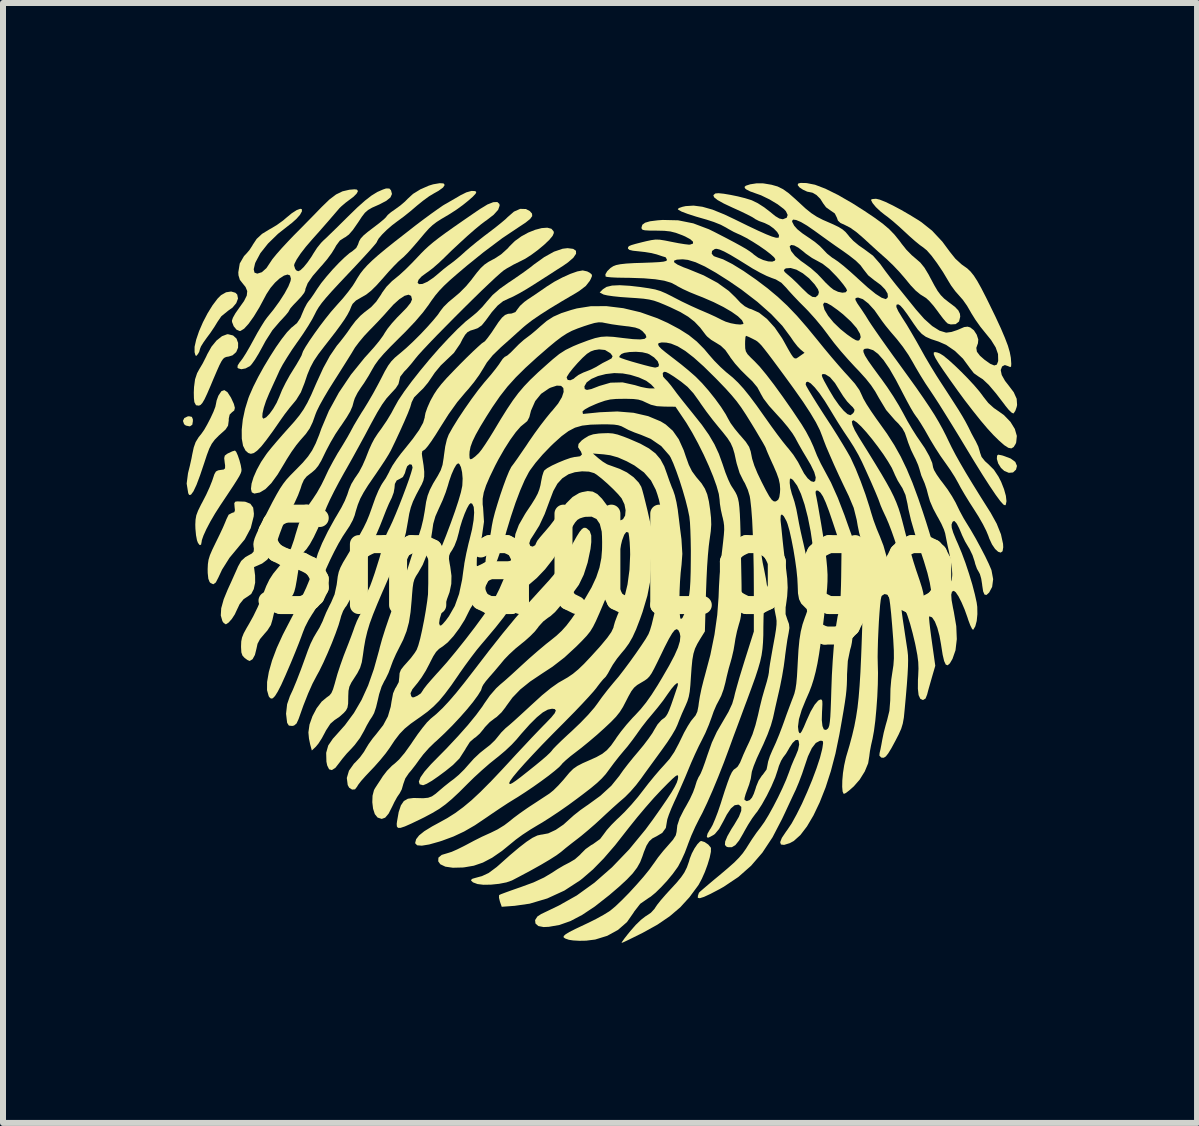
<source format=kicad_pcb>
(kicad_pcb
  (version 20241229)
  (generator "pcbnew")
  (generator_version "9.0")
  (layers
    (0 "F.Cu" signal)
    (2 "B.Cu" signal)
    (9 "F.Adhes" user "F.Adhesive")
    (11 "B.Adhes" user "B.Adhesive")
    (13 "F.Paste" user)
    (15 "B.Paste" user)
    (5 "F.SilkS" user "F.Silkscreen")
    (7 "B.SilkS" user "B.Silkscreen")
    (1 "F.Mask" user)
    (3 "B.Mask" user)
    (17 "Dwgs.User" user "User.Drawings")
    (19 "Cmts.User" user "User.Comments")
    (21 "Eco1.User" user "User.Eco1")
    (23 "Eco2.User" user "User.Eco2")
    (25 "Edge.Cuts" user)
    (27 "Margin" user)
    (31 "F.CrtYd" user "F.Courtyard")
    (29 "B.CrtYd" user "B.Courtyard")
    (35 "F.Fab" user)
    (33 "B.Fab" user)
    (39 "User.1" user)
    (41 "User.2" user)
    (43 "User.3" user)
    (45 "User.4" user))
  (footprint "SmallLogo"
    (layer "F.Cu")
    (at 7.034 6.348)
    (property "Reference" "SmallLogo" (at 0 0 0) (layer "F.SilkS") (effects (font (size 1.524 1.524) (thickness 0.3))))
    (attr board_only exclude_from_pos_files exclude_from_bom)
    (fp_poly (pts (xy -6.886 -2.448) (xy -6.869 -2.41) (xy -6.868 -2.378) (xy -6.878 -2.317) (xy -6.914 -2.292) (xy -6.924 -2.29) (xy -6.985 -2.303) (xy -7.015 -2.326) (xy -7.034 -2.381) (xy -7.011 -2.429) (xy -6.954 -2.456) (xy -6.932 -2.458)) (stroke (width 0) (type solid)) (fill yes) (layer "F.SilkS"))
    (fp_poly (pts (xy 6.607 -1.809) (xy 6.636 -1.802) (xy 6.765 -1.754) (xy 6.843 -1.697) (xy 6.871 -1.63) (xy 6.855 -1.568) (xy 6.805 -1.521) (xy 6.735 -1.515) (xy 6.659 -1.547) (xy 6.605 -1.596) (xy 6.558 -1.671) (xy 6.536 -1.746) (xy 6.536 -1.753) (xy 6.539 -1.801) (xy 6.557 -1.818)) (stroke (width 0) (type solid)) (fill yes) (layer "F.SilkS"))
    (fp_poly (pts (xy -6.159 -4.517) (xy -6.129 -4.487) (xy -6.116 -4.421) (xy -6.145 -4.344) (xy -6.207 -4.27) (xy -6.28 -4.218) (xy -6.394 -4.125) (xy -6.456 -4.035) (xy -6.51 -3.947) (xy -6.579 -3.844) (xy -6.636 -3.768) (xy -6.692 -3.689) (xy -6.733 -3.623) (xy -6.749 -3.583) (xy -6.749 -3.583) (xy -6.763 -3.531) (xy -6.785 -3.494) (xy -6.811 -3.464) (xy -6.826 -3.474) (xy -6.84 -3.526) (xy -6.84 -3.616) (xy -6.813 -3.736) (xy -6.765 -3.877) (xy -6.7 -4.027) (xy -6.623 -4.175) (xy -6.54 -4.309) (xy -6.456 -4.42) (xy -6.399 -4.477) (xy -6.315 -4.525) (xy -6.23 -4.538)) (stroke (width 0) (type solid)) (fill yes) (layer "F.SilkS"))
    (fp_poly (pts (xy -5.998 -1.034) (xy -5.911 -1) (xy -5.863 -0.935) (xy -5.851 -0.835) (xy -5.854 -0.791) (xy -5.904 -0.592) (xy -6.004 -0.405) (xy -6.108 -0.279) (xy -6.258 -0.098) (xy -6.382 0.099) (xy -6.444 0.232) (xy -6.486 0.313) (xy -6.528 0.343) (xy -6.574 0.322) (xy -6.59 0.304) (xy -6.611 0.25) (xy -6.621 0.155) (xy -6.622 0.087) (xy -6.618 0.005) (xy -6.607 -0.067) (xy -6.584 -0.142) (xy -6.544 -0.235) (xy -6.484 -0.359) (xy -6.479 -0.369) (xy -6.42 -0.49) (xy -6.367 -0.603) (xy -6.328 -0.694) (xy -6.308 -0.744) (xy -6.272 -0.817) (xy -6.218 -0.846) (xy -6.178 -0.859) (xy -6.167 -0.892) (xy -6.173 -0.945) (xy -6.178 -1.007) (xy -6.163 -1.033) (xy -6.129 -1.039)) (stroke (width 0) (type solid)) (fill yes) (layer "F.SilkS"))
    (fp_poly (pts (xy -6.198 -3.805) (xy -6.141 -3.753) (xy -6.114 -3.68) (xy -6.115 -3.601) (xy -6.146 -3.528) (xy -6.207 -3.474) (xy -6.27 -3.454) (xy -6.307 -3.448) (xy -6.337 -3.437) (xy -6.364 -3.415) (xy -6.392 -3.374) (xy -6.426 -3.309) (xy -6.469 -3.212) (xy -6.527 -3.077) (xy -6.569 -2.976) (xy -6.629 -2.837) (xy -6.674 -2.741) (xy -6.71 -2.68) (xy -6.74 -2.647) (xy -6.768 -2.635) (xy -6.816 -2.642) (xy -6.842 -2.69) (xy -6.844 -2.697) (xy -6.851 -2.76) (xy -6.853 -2.854) (xy -6.849 -2.946) (xy -6.832 -3.074) (xy -6.798 -3.176) (xy -6.762 -3.242) (xy -6.704 -3.34) (xy -6.647 -3.452) (xy -6.628 -3.493) (xy -6.558 -3.618) (xy -6.474 -3.721) (xy -6.383 -3.793) (xy -6.298 -3.825) (xy -6.283 -3.826)) (stroke (width 0) (type solid)) (fill yes) (layer "F.SilkS"))
    (fp_poly (pts (xy 5.543 -3.521) (xy 5.585 -3.505) (xy 5.643 -3.469) (xy 5.728 -3.4) (xy 5.83 -3.308) (xy 5.941 -3.201) (xy 6.052 -3.088) (xy 6.156 -2.976) (xy 6.243 -2.874) (xy 6.306 -2.791) (xy 6.307 -2.788) (xy 6.393 -2.679) (xy 6.486 -2.595) (xy 6.515 -2.576) (xy 6.654 -2.477) (xy 6.762 -2.365) (xy 6.835 -2.247) (xy 6.869 -2.13) (xy 6.858 -2.022) (xy 6.849 -1.998) (xy 6.816 -1.945) (xy 6.777 -1.922) (xy 6.727 -1.932) (xy 6.659 -1.976) (xy 6.567 -2.057) (xy 6.478 -2.145) (xy 6.383 -2.248) (xy 6.266 -2.386) (xy 6.136 -2.549) (xy 6 -2.725) (xy 5.884 -2.883) (xy 5.747 -3.075) (xy 5.64 -3.228) (xy 5.562 -3.345) (xy 5.51 -3.431) (xy 5.485 -3.487) (xy 5.483 -3.519) (xy 5.503 -3.529)) (stroke (width 0) (type solid)) (fill yes) (layer "F.SilkS"))
    (fp_poly (pts (xy -6.292 -2.86) (xy -6.236 -2.773) (xy -6.231 -2.764) (xy -6.185 -2.664) (xy -6.168 -2.598) (xy -6.179 -2.554) (xy -6.217 -2.524) (xy -6.255 -2.486) (xy -6.27 -2.418) (xy -6.27 -2.389) (xy -6.282 -2.301) (xy -6.323 -2.238) (xy -6.338 -2.224) (xy -6.434 -2.138) (xy -6.503 -2.068) (xy -6.554 -1.999) (xy -6.595 -1.919) (xy -6.635 -1.813) (xy -6.677 -1.685) (xy -6.748 -1.474) (xy -6.808 -1.314) (xy -6.859 -1.206) (xy -6.9 -1.15) (xy -6.931 -1.146) (xy -6.946 -1.176) (xy -6.972 -1.336) (xy -6.95 -1.505) (xy -6.947 -1.519) (xy -6.919 -1.631) (xy -6.891 -1.757) (xy -6.88 -1.817) (xy -6.854 -1.938) (xy -6.822 -2.028) (xy -6.773 -2.108) (xy -6.727 -2.165) (xy -6.68 -2.232) (xy -6.627 -2.325) (xy -6.573 -2.43) (xy -6.526 -2.531) (xy -6.494 -2.615) (xy -6.483 -2.665) (xy -6.472 -2.722) (xy -6.445 -2.796) (xy -6.44 -2.806) (xy -6.393 -2.876) (xy -6.344 -2.894)) (stroke (width 0) (type solid)) (fill yes) (layer "F.SilkS"))
    (fp_poly (pts (xy 1.664 4.641) (xy 1.725 4.683) (xy 1.765 4.731) (xy 1.769 4.741) (xy 1.768 4.804) (xy 1.748 4.9) (xy 1.713 5.016) (xy 1.668 5.139) (xy 1.617 5.254) (xy 1.566 5.349) (xy 1.557 5.363) (xy 1.411 5.56) (xy 1.257 5.729) (xy 1.082 5.878) (xy 0.878 6.017) (xy 0.633 6.153) (xy 0.587 6.176) (xy 0.474 6.232) (xy 0.378 6.279) (xy 0.31 6.311) (xy 0.278 6.323) (xy 0.278 6.323) (xy 0.287 6.304) (xy 0.323 6.253) (xy 0.381 6.179) (xy 0.426 6.124) (xy 0.514 6.023) (xy 0.602 5.938) (xy 0.675 5.881) (xy 0.692 5.871) (xy 0.768 5.819) (xy 0.828 5.754) (xy 0.837 5.739) (xy 0.872 5.687) (xy 0.934 5.609) (xy 1.015 5.516) (xy 1.087 5.437) (xy 1.195 5.32) (xy 1.272 5.227) (xy 1.327 5.146) (xy 1.368 5.063) (xy 1.402 4.967) (xy 1.417 4.915) (xy 1.45 4.831) (xy 1.495 4.746) (xy 1.544 4.675) (xy 1.588 4.63) (xy 1.607 4.623)) (stroke (width 0) (type solid)) (fill yes) (layer "F.SilkS"))
    (fp_poly (pts (xy -6.145 -1.863) (xy -6.119 -1.804) (xy -6.092 -1.725) (xy -6.07 -1.643) (xy -6.058 -1.573) (xy -6.058 -1.558) (xy -6.061 -1.535) (xy -6.072 -1.504) (xy -6.094 -1.46) (xy -6.132 -1.397) (xy -6.188 -1.309) (xy -6.266 -1.191) (xy -6.369 -1.036) (xy -6.408 -0.978) (xy -6.496 -0.841) (xy -6.576 -0.704) (xy -6.643 -0.577) (xy -6.692 -0.469) (xy -6.719 -0.391) (xy -6.722 -0.367) (xy -6.732 -0.316) (xy -6.756 -0.311) (xy -6.784 -0.348) (xy -6.8 -0.391) (xy -6.816 -0.475) (xy -6.826 -0.583) (xy -6.828 -0.651) (xy -6.824 -0.734) (xy -6.811 -0.807) (xy -6.782 -0.884) (xy -6.733 -0.984) (xy -6.705 -1.036) (xy -6.644 -1.155) (xy -6.589 -1.276) (xy -6.548 -1.379) (xy -6.538 -1.408) (xy -6.51 -1.492) (xy -6.484 -1.537) (xy -6.448 -1.556) (xy -6.407 -1.563) (xy -6.354 -1.57) (xy -6.332 -1.59) (xy -6.331 -1.637) (xy -6.338 -1.687) (xy -6.346 -1.76) (xy -6.336 -1.802) (xy -6.299 -1.831) (xy -6.274 -1.844) (xy -6.212 -1.873) (xy -6.168 -1.886) (xy -6.166 -1.886)) (stroke (width 0) (type solid)) (fill yes) (layer "F.SilkS"))
    (fp_poly (pts (xy 3.339 -6.347) (xy 3.368 -6.345) (xy 3.504 -6.318) (xy 3.677 -6.252) (xy 3.885 -6.149) (xy 4.128 -6.009) (xy 4.331 -5.88) (xy 4.5 -5.766) (xy 4.633 -5.669) (xy 4.739 -5.579) (xy 4.828 -5.487) (xy 4.91 -5.386) (xy 4.949 -5.333) (xy 5.026 -5.236) (xy 5.116 -5.144) (xy 5.183 -5.087) (xy 5.26 -5.02) (xy 5.328 -4.936) (xy 5.398 -4.82) (xy 5.421 -4.776) (xy 5.492 -4.643) (xy 5.549 -4.546) (xy 5.602 -4.476) (xy 5.658 -4.419) (xy 5.727 -4.365) (xy 5.744 -4.352) (xy 5.838 -4.281) (xy 5.894 -4.222) (xy 5.92 -4.167) (xy 5.925 -4.118) (xy 5.905 -4.038) (xy 5.849 -3.994) (xy 5.767 -3.989) (xy 5.718 -4.003) (xy 5.688 -4.03) (xy 5.637 -4.09) (xy 5.575 -4.172) (xy 5.55 -4.207) (xy 5.48 -4.299) (xy 5.411 -4.378) (xy 5.356 -4.429) (xy 5.343 -4.437) (xy 5.26 -4.489) (xy 5.182 -4.553) (xy 5.098 -4.642) (xy 5.001 -4.76) (xy 4.912 -4.863) (xy 4.803 -4.978) (xy 4.693 -5.083) (xy 4.669 -5.104) (xy 4.557 -5.203) (xy 4.434 -5.315) (xy 4.323 -5.417) (xy 4.304 -5.434) (xy 4.197 -5.526) (xy 4.092 -5.601) (xy 4.008 -5.644) (xy 3.928 -5.681) (xy 3.886 -5.72) (xy 3.869 -5.768) (xy 3.834 -5.839) (xy 3.762 -5.889) (xy 3.688 -5.942) (xy 3.639 -6.008) (xy 3.638 -6.01) (xy 3.592 -6.083) (xy 3.528 -6.147) (xy 3.462 -6.185) (xy 3.434 -6.191) (xy 3.373 -6.203) (xy 3.304 -6.235) (xy 3.245 -6.274) (xy 3.216 -6.311) (xy 3.215 -6.316) (xy 3.225 -6.339) (xy 3.263 -6.348)) (stroke (width 0) (type solid)) (fill yes) (layer "F.SilkS"))
    (fp_poly (pts (xy -0.301 -0.589) (xy -0.252 -0.544) (xy -0.227 -0.471) (xy -0.226 -0.361) (xy -0.239 -0.246) (xy -0.287 -0.018) (xy -0.352 0.184) (xy -0.433 0.352) (xy -0.525 0.479) (xy -0.572 0.523) (xy -0.644 0.59) (xy -0.721 0.676) (xy -0.757 0.721) (xy -0.827 0.803) (xy -0.907 0.875) (xy -0.948 0.902) (xy -1.027 0.963) (xy -1.1 1.043) (xy -1.116 1.066) (xy -1.167 1.13) (xy -1.247 1.211) (xy -1.343 1.296) (xy -1.387 1.331) (xy -1.491 1.416) (xy -1.591 1.508) (xy -1.671 1.59) (xy -1.692 1.615) (xy -1.766 1.704) (xy -1.853 1.807) (xy -1.919 1.882) (xy -1.982 1.956) (xy -2.027 2.018) (xy -2.046 2.054) (xy -2.046 2.055) (xy -2.064 2.11) (xy -2.116 2.194) (xy -2.195 2.302) (xy -2.296 2.426) (xy -2.414 2.56) (xy -2.542 2.697) (xy -2.675 2.83) (xy -2.807 2.954) (xy -2.836 2.979) (xy -2.931 3.071) (xy -3.026 3.178) (xy -3.091 3.263) (xy -3.157 3.355) (xy -3.224 3.441) (xy -3.269 3.494) (xy -3.327 3.58) (xy -3.362 3.678) (xy -3.362 3.68) (xy -3.386 3.763) (xy -3.421 3.83) (xy -3.428 3.839) (xy -3.464 3.892) (xy -3.509 3.974) (xy -3.546 4.051) (xy -3.605 4.167) (xy -3.662 4.234) (xy -3.72 4.255) (xy -3.784 4.234) (xy -3.791 4.23) (xy -3.835 4.175) (xy -3.864 4.085) (xy -3.877 3.977) (xy -3.873 3.868) (xy -3.849 3.775) (xy -3.832 3.744) (xy -3.792 3.682) (xy -3.737 3.599) (xy -3.7 3.541) (xy -3.631 3.452) (xy -3.55 3.369) (xy -3.505 3.333) (xy -3.431 3.265) (xy -3.337 3.154) (xy -3.229 3.003) (xy -3.202 2.962) (xy -3.12 2.843) (xy -3.038 2.734) (xy -2.966 2.646) (xy -2.911 2.591) (xy -2.908 2.588) (xy -2.805 2.502) (xy -2.703 2.405) (xy -2.594 2.288) (xy -2.473 2.147) (xy -2.335 1.975) (xy -2.174 1.767) (xy -1.929 1.448) (xy -1.705 1.165) (xy -1.494 0.909) (xy -1.289 0.672) (xy -1.083 0.445) (xy -1.05 0.409) (xy -0.926 0.273) (xy -0.83 0.159) (xy -0.752 0.05) (xy -0.68 -0.068) (xy -0.617 -0.183) (xy -0.534 -0.339) (xy -0.47 -0.453) (xy -0.421 -0.531) (xy -0.383 -0.577) (xy -0.352 -0.598) (xy -0.323 -0.598)) (stroke (width 0) (type solid)) (fill yes) (layer "F.SilkS"))
    (fp_poly (pts (xy -0.528 -5.249) (xy -0.481 -5.217) (xy -0.48 -5.167) (xy -0.525 -5.101) (xy -0.615 -5.023) (xy -0.698 -4.965) (xy -0.799 -4.901) (xy -0.927 -4.818) (xy -1.065 -4.73) (xy -1.185 -4.653) (xy -1.307 -4.577) (xy -1.426 -4.508) (xy -1.528 -4.454) (xy -1.6 -4.422) (xy -1.602 -4.421) (xy -1.696 -4.377) (xy -1.787 -4.304) (xy -1.883 -4.196) (xy -1.984 -4.058) (xy -2.052 -3.974) (xy -2.121 -3.926) (xy -2.177 -3.906) (xy -2.243 -3.886) (xy -2.29 -3.86) (xy -2.329 -3.817) (xy -2.372 -3.746) (xy -2.412 -3.667) (xy -2.516 -3.515) (xy -2.631 -3.405) (xy -2.736 -3.305) (xy -2.836 -3.184) (xy -2.879 -3.12) (xy -2.948 -3.019) (xy -3.028 -2.923) (xy -3.095 -2.858) (xy -3.18 -2.773) (xy -3.222 -2.689) (xy -3.226 -2.672) (xy -3.245 -2.608) (xy -3.285 -2.505) (xy -3.343 -2.37) (xy -3.414 -2.212) (xy -3.495 -2.038) (xy -3.568 -1.887) (xy -3.605 -1.821) (xy -3.665 -1.724) (xy -3.742 -1.608) (xy -3.826 -1.484) (xy -3.849 -1.451) (xy -3.949 -1.305) (xy -4.022 -1.188) (xy -4.077 -1.086) (xy -4.118 -0.985) (xy -4.153 -0.873) (xy -4.171 -0.806) (xy -4.202 -0.727) (xy -4.255 -0.629) (xy -4.314 -0.54) (xy -4.371 -0.454) (xy -4.441 -0.335) (xy -4.513 -0.199) (xy -4.579 -0.065) (xy -4.644 0.078) (xy -4.689 0.189) (xy -4.718 0.28) (xy -4.736 0.368) (xy -4.747 0.464) (xy -4.759 0.578) (xy -4.778 0.661) (xy -4.812 0.736) (xy -4.867 0.824) (xy -4.876 0.836) (xy -4.941 0.942) (xy -4.999 1.056) (xy -5.034 1.144) (xy -5.062 1.221) (xy -5.105 1.334) (xy -5.159 1.469) (xy -5.218 1.613) (xy -5.238 1.661) (xy -5.325 1.863) (xy -5.395 2.019) (xy -5.453 2.132) (xy -5.499 2.206) (xy -5.536 2.244) (xy -5.567 2.249) (xy -5.593 2.226) (xy -5.604 2.209) (xy -5.632 2.109) (xy -5.631 1.971) (xy -5.602 1.804) (xy -5.548 1.613) (xy -5.47 1.405) (xy -5.37 1.186) (xy -5.334 1.116) (xy -5.19 0.838) (xy -5.073 0.601) (xy -4.979 0.4) (xy -4.909 0.231) (xy -4.859 0.09) (xy -4.827 -0.028) (xy -4.785 -0.169) (xy -4.714 -0.342) (xy -4.618 -0.539) (xy -4.502 -0.749) (xy -4.469 -0.804) (xy -4.391 -0.938) (xy -4.335 -1.049) (xy -4.293 -1.154) (xy -4.265 -1.239) (xy -4.226 -1.33) (xy -4.169 -1.425) (xy -4.148 -1.454) (xy -4.097 -1.53) (xy -4.041 -1.636) (xy -3.991 -1.749) (xy -3.986 -1.762) (xy -3.932 -1.899) (xy -3.886 -2.001) (xy -3.841 -2.086) (xy -3.786 -2.17) (xy -3.714 -2.269) (xy -3.712 -2.273) (xy -3.636 -2.384) (xy -3.56 -2.51) (xy -3.51 -2.604) (xy -3.443 -2.724) (xy -3.343 -2.873) (xy -3.218 -3.042) (xy -3.075 -3.223) (xy -2.921 -3.409) (xy -2.762 -3.591) (xy -2.604 -3.761) (xy -2.456 -3.912) (xy -2.324 -4.035) (xy -2.22 -4.118) (xy -2.135 -4.189) (xy -2.041 -4.283) (xy -1.967 -4.371) (xy -1.872 -4.479) (xy -1.753 -4.582) (xy -1.596 -4.693) (xy -1.593 -4.694) (xy -1.471 -4.777) (xy -1.345 -4.865) (xy -1.235 -4.946) (xy -1.184 -4.987) (xy -1.01 -5.112) (xy -0.848 -5.202) (xy -0.704 -5.251) (xy -0.622 -5.261)) (stroke (width 0) (type solid)) (fill yes) (layer "F.SilkS"))
    (fp_poly (pts (xy -0.891 -5.584) (xy -0.854 -5.541) (xy -0.85 -5.514) (xy -0.871 -5.465) (xy -0.928 -5.397) (xy -1.012 -5.317) (xy -1.113 -5.233) (xy -1.222 -5.152) (xy -1.329 -5.083) (xy -1.416 -5.039) (xy -1.523 -4.986) (xy -1.633 -4.924) (xy -1.686 -4.89) (xy -1.738 -4.847) (xy -1.822 -4.772) (xy -1.931 -4.67) (xy -2.06 -4.547) (xy -2.202 -4.408) (xy -2.353 -4.259) (xy -2.506 -4.106) (xy -2.656 -3.954) (xy -2.798 -3.81) (xy -2.924 -3.679) (xy -3.03 -3.566) (xy -3.111 -3.477) (xy -3.158 -3.42) (xy -3.228 -3.332) (xy -3.3 -3.249) (xy -3.345 -3.203) (xy -3.411 -3.118) (xy -3.427 -3.051) (xy -3.441 -2.994) (xy -3.487 -2.924) (xy -3.568 -2.836) (xy -3.641 -2.755) (xy -3.714 -2.654) (xy -3.794 -2.523) (xy -3.887 -2.354) (xy -3.91 -2.311) (xy -3.997 -2.147) (xy -4.1 -1.958) (xy -4.208 -1.761) (xy -4.311 -1.578) (xy -4.35 -1.51) (xy -4.434 -1.358) (xy -4.514 -1.206) (xy -4.584 -1.065) (xy -4.637 -0.948) (xy -4.661 -0.888) (xy -4.721 -0.731) (xy -4.788 -0.578) (xy -4.855 -0.438) (xy -4.919 -0.323) (xy -4.975 -0.242) (xy -5.003 -0.212) (xy -5.033 -0.181) (xy -5.057 -0.135) (xy -5.078 -0.064) (xy -5.099 0.043) (xy -5.113 0.125) (xy -5.137 0.278) (xy -5.157 0.388) (xy -5.177 0.465) (xy -5.199 0.518) (xy -5.229 0.556) (xy -5.271 0.589) (xy -5.328 0.626) (xy -5.33 0.627) (xy -5.423 0.692) (xy -5.481 0.748) (xy -5.514 0.815) (xy -5.536 0.908) (xy -5.54 0.928) (xy -5.568 1.022) (xy -5.626 1.113) (xy -5.676 1.17) (xy -5.749 1.257) (xy -5.79 1.334) (xy -5.809 1.42) (xy -5.834 1.521) (xy -5.873 1.592) (xy -5.92 1.621) (xy -5.924 1.621) (xy -5.958 1.606) (xy -6.005 1.572) (xy -6.041 1.533) (xy -6.06 1.479) (xy -6.065 1.394) (xy -6.065 1.373) (xy -6.062 1.296) (xy -6.049 1.231) (xy -6.021 1.161) (xy -5.972 1.071) (xy -5.932 1.003) (xy -5.862 0.877) (xy -5.788 0.725) (xy -5.723 0.573) (xy -5.7 0.514) (xy -5.644 0.37) (xy -5.591 0.261) (xy -5.529 0.166) (xy -5.455 0.075) (xy -5.355 -0.046) (xy -5.283 -0.153) (xy -5.229 -0.264) (xy -5.182 -0.399) (xy -5.157 -0.487) (xy -5.103 -0.662) (xy -5.04 -0.81) (xy -4.957 -0.953) (xy -4.871 -1.076) (xy -4.801 -1.182) (xy -4.728 -1.311) (xy -4.666 -1.437) (xy -4.663 -1.445) (xy -4.606 -1.566) (xy -4.531 -1.706) (xy -4.454 -1.842) (xy -4.428 -1.883) (xy -4.359 -1.996) (xy -4.293 -2.107) (xy -4.242 -2.198) (xy -4.224 -2.232) (xy -4.183 -2.308) (xy -4.122 -2.411) (xy -4.053 -2.524) (xy -4.021 -2.573) (xy -3.947 -2.694) (xy -3.862 -2.84) (xy -3.78 -2.991) (xy -3.733 -3.081) (xy -3.667 -3.21) (xy -3.612 -3.304) (xy -3.56 -3.374) (xy -3.5 -3.436) (xy -3.424 -3.5) (xy -3.422 -3.501) (xy -3.318 -3.59) (xy -3.2 -3.7) (xy -3.078 -3.821) (xy -2.962 -3.944) (xy -2.86 -4.059) (xy -2.781 -4.155) (xy -2.742 -4.213) (xy -2.688 -4.282) (xy -2.607 -4.362) (xy -2.519 -4.435) (xy -2.42 -4.519) (xy -2.313 -4.627) (xy -2.221 -4.737) (xy -2.219 -4.741) (xy -2.135 -4.851) (xy -2.069 -4.929) (xy -2.01 -4.984) (xy -1.944 -5.03) (xy -1.861 -5.075) (xy -1.842 -5.084) (xy -1.73 -5.157) (xy -1.62 -5.256) (xy -1.59 -5.291) (xy -1.5 -5.38) (xy -1.393 -5.457) (xy -1.278 -5.52) (xy -1.161 -5.567) (xy -1.053 -5.595) (xy -0.96 -5.602)) (stroke (width 0) (type solid)) (fill yes) (layer "F.SilkS"))
    (fp_poly (pts (xy -3.592 -6.255) (xy -3.565 -6.225) (xy -3.549 -6.164) (xy -3.574 -6.107) (xy -3.642 -6.051) (xy -3.758 -5.99) (xy -3.783 -5.979) (xy -3.88 -5.936) (xy -3.947 -5.897) (xy -4 -5.851) (xy -4.051 -5.785) (xy -4.116 -5.686) (xy -4.119 -5.682) (xy -4.2 -5.565) (xy -4.267 -5.488) (xy -4.328 -5.443) (xy -4.344 -5.435) (xy -4.417 -5.388) (xy -4.479 -5.305) (xy -4.502 -5.263) (xy -4.553 -5.18) (xy -4.628 -5.078) (xy -4.714 -4.976) (xy -4.739 -4.949) (xy -4.869 -4.799) (xy -4.954 -4.677) (xy -4.992 -4.581) (xy -4.995 -4.555) (xy -5.013 -4.515) (xy -5.061 -4.453) (xy -5.127 -4.382) (xy -5.128 -4.381) (xy -5.194 -4.313) (xy -5.242 -4.258) (xy -5.261 -4.226) (xy -5.261 -4.225) (xy -5.278 -4.195) (xy -5.325 -4.138) (xy -5.392 -4.065) (xy -5.417 -4.039) (xy -5.542 -3.893) (xy -5.657 -3.713) (xy -5.71 -3.615) (xy -5.772 -3.502) (xy -5.833 -3.402) (xy -5.886 -3.328) (xy -5.915 -3.296) (xy -5.989 -3.256) (xy -6.061 -3.242) (xy -6.115 -3.258) (xy -6.125 -3.27) (xy -6.121 -3.306) (xy -6.087 -3.359) (xy -6.077 -3.37) (xy -6.039 -3.421) (xy -5.984 -3.507) (xy -5.92 -3.617) (xy -5.858 -3.73) (xy -5.792 -3.851) (xy -5.726 -3.962) (xy -5.67 -4.051) (xy -5.633 -4.102) (xy -5.523 -4.238) (xy -5.423 -4.376) (xy -5.339 -4.507) (xy -5.276 -4.623) (xy -5.24 -4.713) (xy -5.234 -4.753) (xy -5.249 -4.806) (xy -5.29 -4.821) (xy -5.349 -4.803) (xy -5.421 -4.757) (xy -5.498 -4.687) (xy -5.574 -4.598) (xy -5.642 -4.494) (xy -5.662 -4.456) (xy -5.76 -4.273) (xy -5.854 -4.119) (xy -5.94 -3.999) (xy -6.014 -3.918) (xy -6.074 -3.881) (xy -6.088 -3.879) (xy -6.141 -3.902) (xy -6.188 -3.959) (xy -6.215 -4.029) (xy -6.217 -4.053) (xy -6.201 -4.101) (xy -6.16 -4.174) (xy -6.102 -4.257) (xy -6.1 -4.26) (xy -6.016 -4.378) (xy -5.97 -4.47) (xy -5.962 -4.545) (xy -5.99 -4.613) (xy -6.028 -4.66) (xy -6.085 -4.732) (xy -6.108 -4.807) (xy -6.111 -4.858) (xy -6.087 -5.005) (xy -6.016 -5.128) (xy -5.978 -5.168) (xy -5.926 -5.228) (xy -5.876 -5.305) (xy -5.872 -5.314) (xy -5.805 -5.415) (xy -5.715 -5.499) (xy -5.587 -5.577) (xy -5.566 -5.588) (xy -5.468 -5.647) (xy -5.364 -5.722) (xy -5.314 -5.765) (xy -5.219 -5.843) (xy -5.138 -5.895) (xy -5.078 -5.917) (xy -5.052 -5.911) (xy -5.05 -5.875) (xy -5.082 -5.817) (xy -5.142 -5.749) (xy -5.22 -5.679) (xy -5.247 -5.659) (xy -5.449 -5.5) (xy -5.616 -5.337) (xy -5.743 -5.177) (xy -5.824 -5.025) (xy -5.832 -5.004) (xy -5.854 -4.909) (xy -5.841 -4.853) (xy -5.795 -4.836) (xy -5.718 -4.86) (xy -5.642 -4.928) (xy -5.578 -5.024) (xy -5.542 -5.078) (xy -5.475 -5.16) (xy -5.385 -5.262) (xy -5.279 -5.376) (xy -5.191 -5.468) (xy -5.071 -5.589) (xy -4.953 -5.709) (xy -4.846 -5.818) (xy -4.761 -5.906) (xy -4.72 -5.948) (xy -4.592 -6.072) (xy -4.481 -6.156) (xy -4.374 -6.208) (xy -4.262 -6.234) (xy -4.255 -6.235) (xy -4.174 -6.242) (xy -4.133 -6.237) (xy -4.119 -6.217) (xy -4.118 -6.207) (xy -4.139 -6.169) (xy -4.192 -6.116) (xy -4.244 -6.077) (xy -4.324 -6.017) (xy -4.394 -5.957) (xy -4.423 -5.929) (xy -4.609 -5.713) (xy -4.763 -5.537) (xy -4.879 -5.407) (xy -4.985 -5.284) (xy -5.073 -5.17) (xy -5.138 -5.072) (xy -5.175 -4.999) (xy -5.181 -4.971) (xy -5.162 -4.913) (xy -5.142 -4.889) (xy -5.111 -4.876) (xy -5.074 -4.894) (xy -5.02 -4.946) (xy -4.959 -5.021) (xy -4.892 -5.117) (xy -4.857 -5.175) (xy -4.798 -5.266) (xy -4.731 -5.349) (xy -4.694 -5.387) (xy -4.647 -5.43) (xy -4.572 -5.503) (xy -4.475 -5.597) (xy -4.365 -5.706) (xy -4.278 -5.792) (xy -4.126 -5.94) (xy -3.999 -6.053) (xy -3.891 -6.137) (xy -3.794 -6.197) (xy -3.698 -6.239) (xy -3.648 -6.256)) (stroke (width 0) (type solid)) (fill yes) (layer "F.SilkS"))
    (fp_poly (pts (xy -2.689 -6.34) (xy -2.67 -6.314) (xy -2.697 -6.272) (xy -2.772 -6.217) (xy -2.847 -6.175) (xy -2.929 -6.126) (xy -3.029 -6.053) (xy -3.128 -5.973) (xy -3.141 -5.962) (xy -3.243 -5.875) (xy -3.353 -5.787) (xy -3.449 -5.716) (xy -3.455 -5.712) (xy -3.545 -5.644) (xy -3.634 -5.567) (xy -3.713 -5.489) (xy -3.771 -5.421) (xy -3.798 -5.373) (xy -3.799 -5.366) (xy -3.817 -5.34) (xy -3.867 -5.281) (xy -3.944 -5.194) (xy -4.043 -5.086) (xy -4.159 -4.961) (xy -4.279 -4.834) (xy -4.433 -4.671) (xy -4.555 -4.539) (xy -4.648 -4.434) (xy -4.719 -4.348) (xy -4.77 -4.277) (xy -4.808 -4.214) (xy -4.833 -4.164) (xy -4.877 -4.079) (xy -4.945 -3.965) (xy -5.027 -3.838) (xy -5.116 -3.709) (xy -5.128 -3.693) (xy -5.217 -3.565) (xy -5.301 -3.434) (xy -5.373 -3.316) (xy -5.422 -3.224) (xy -5.426 -3.215) (xy -5.477 -3.102) (xy -5.538 -2.969) (xy -5.595 -2.843) (xy -5.598 -2.836) (xy -5.649 -2.713) (xy -5.686 -2.6) (xy -5.707 -2.507) (xy -5.711 -2.443) (xy -5.694 -2.418) (xy -5.692 -2.418) (xy -5.647 -2.44) (xy -5.589 -2.5) (xy -5.528 -2.585) (xy -5.471 -2.684) (xy -5.427 -2.784) (xy -5.422 -2.797) (xy -5.382 -2.895) (xy -5.321 -3.018) (xy -5.25 -3.146) (xy -5.206 -3.217) (xy -5.142 -3.32) (xy -5.091 -3.408) (xy -5.057 -3.471) (xy -5.048 -3.497) (xy -5.032 -3.541) (xy -4.989 -3.617) (xy -4.924 -3.718) (xy -4.843 -3.835) (xy -4.753 -3.96) (xy -4.659 -4.083) (xy -4.567 -4.198) (xy -4.483 -4.294) (xy -4.462 -4.318) (xy -4.367 -4.424) (xy -4.278 -4.534) (xy -4.205 -4.632) (xy -4.172 -4.684) (xy -4.125 -4.763) (xy -4.078 -4.836) (xy -4.024 -4.905) (xy -3.959 -4.977) (xy -3.879 -5.055) (xy -3.779 -5.144) (xy -3.654 -5.248) (xy -3.499 -5.372) (xy -3.309 -5.52) (xy -3.153 -5.642) (xy -3.022 -5.741) (xy -2.897 -5.833) (xy -2.786 -5.912) (xy -2.701 -5.971) (xy -2.661 -5.995) (xy -2.561 -6.052) (xy -2.451 -6.116) (xy -2.409 -6.141) (xy -2.309 -6.191) (xy -2.223 -6.215) (xy -2.162 -6.212) (xy -2.143 -6.197) (xy -2.154 -6.169) (xy -2.202 -6.118) (xy -2.276 -6.053) (xy -2.368 -5.979) (xy -2.47 -5.905) (xy -2.573 -5.838) (xy -2.612 -5.814) (xy -2.721 -5.75) (xy -2.803 -5.698) (xy -2.87 -5.647) (xy -2.933 -5.588) (xy -3.004 -5.509) (xy -3.094 -5.402) (xy -3.115 -5.377) (xy -3.203 -5.275) (xy -3.286 -5.183) (xy -3.356 -5.113) (xy -3.397 -5.078) (xy -3.445 -5.035) (xy -3.517 -4.962) (xy -3.604 -4.869) (xy -3.693 -4.767) (xy -3.805 -4.642) (xy -3.897 -4.551) (xy -3.978 -4.487) (xy -4.053 -4.444) (xy -4.149 -4.388) (xy -4.206 -4.331) (xy -4.225 -4.293) (xy -4.252 -4.226) (xy -4.288 -4.157) (xy -4.337 -4.077) (xy -4.404 -3.981) (xy -4.493 -3.86) (xy -4.61 -3.709) (xy -4.671 -3.631) (xy -4.775 -3.495) (xy -4.852 -3.381) (xy -4.91 -3.272) (xy -4.96 -3.152) (xy -5.006 -3.015) (xy -5.068 -2.857) (xy -5.145 -2.732) (xy -5.18 -2.689) (xy -5.255 -2.599) (xy -5.339 -2.49) (xy -5.402 -2.401) (xy -5.533 -2.212) (xy -5.64 -2.066) (xy -5.726 -1.957) (xy -5.796 -1.885) (xy -5.854 -1.844) (xy -5.902 -1.832) (xy -5.946 -1.846) (xy -5.987 -1.882) (xy -5.99 -1.885) (xy -6.032 -1.966) (xy -6.053 -2.085) (xy -6.054 -2.234) (xy -6.036 -2.403) (xy -5.998 -2.581) (xy -5.943 -2.759) (xy -5.926 -2.803) (xy -5.861 -2.951) (xy -5.779 -3.114) (xy -5.685 -3.284) (xy -5.584 -3.452) (xy -5.483 -3.61) (xy -5.386 -3.748) (xy -5.299 -3.859) (xy -5.227 -3.934) (xy -5.204 -3.951) (xy -5.131 -4.014) (xy -5.076 -4.098) (xy -5.047 -4.168) (xy -5.008 -4.259) (xy -4.967 -4.336) (xy -4.943 -4.371) (xy -4.904 -4.42) (xy -4.85 -4.498) (xy -4.795 -4.583) (xy -4.728 -4.679) (xy -4.639 -4.789) (xy -4.539 -4.904) (xy -4.435 -5.014) (xy -4.338 -5.108) (xy -4.257 -5.178) (xy -4.213 -5.207) (xy -4.145 -5.264) (xy -4.115 -5.322) (xy -4.097 -5.375) (xy -4.07 -5.422) (xy -4.025 -5.471) (xy -3.954 -5.531) (xy -3.849 -5.611) (xy -3.833 -5.623) (xy -3.748 -5.689) (xy -3.682 -5.744) (xy -3.645 -5.781) (xy -3.64 -5.79) (xy -3.619 -5.815) (xy -3.566 -5.86) (xy -3.496 -5.909) (xy -3.408 -5.973) (xy -3.331 -6.039) (xy -3.29 -6.081) (xy -3.199 -6.165) (xy -3.074 -6.242) (xy -2.934 -6.303) (xy -2.863 -6.325) (xy -2.753 -6.344)) (stroke (width 0) (type solid)) (fill yes) (layer "F.SilkS"))
    (fp_poly (pts (xy -1.758 -5.998) (xy -1.754 -5.97) (xy -1.779 -5.9) (xy -1.854 -5.817) (xy -1.977 -5.722) (xy -1.993 -5.712) (xy -2.067 -5.656) (xy -2.17 -5.571) (xy -2.292 -5.464) (xy -2.424 -5.343) (xy -2.558 -5.218) (xy -2.68 -5.098) (xy -2.773 -5.01) (xy -2.867 -4.928) (xy -2.947 -4.867) (xy -2.968 -4.853) (xy -3.054 -4.79) (xy -3.106 -4.733) (xy -3.122 -4.686) (xy -3.099 -4.661) (xy -3.041 -4.664) (xy -2.957 -4.701) (xy -2.857 -4.769) (xy -2.78 -4.833) (xy -2.697 -4.904) (xy -2.612 -4.971) (xy -2.577 -4.996) (xy -2.51 -5.047) (xy -2.423 -5.119) (xy -2.335 -5.197) (xy -2.334 -5.199) (xy -2.247 -5.274) (xy -2.135 -5.366) (xy -2.013 -5.462) (xy -1.935 -5.521) (xy -1.829 -5.602) (xy -1.733 -5.679) (xy -1.658 -5.742) (xy -1.621 -5.778) (xy -1.515 -5.87) (xy -1.411 -5.916) (xy -1.315 -5.913) (xy -1.25 -5.878) (xy -1.214 -5.837) (xy -1.211 -5.795) (xy -1.246 -5.747) (xy -1.322 -5.686) (xy -1.425 -5.618) (xy -1.712 -5.426) (xy -2.026 -5.19) (xy -2.302 -4.967) (xy -2.46 -4.833) (xy -2.584 -4.725) (xy -2.681 -4.634) (xy -2.76 -4.552) (xy -2.827 -4.472) (xy -2.891 -4.385) (xy -2.937 -4.317) (xy -3.031 -4.191) (xy -3.16 -4.04) (xy -3.319 -3.872) (xy -3.433 -3.759) (xy -3.578 -3.614) (xy -3.689 -3.497) (xy -3.773 -3.399) (xy -3.834 -3.314) (xy -3.877 -3.241) (xy -3.94 -3.13) (xy -4.012 -3.015) (xy -4.067 -2.936) (xy -4.124 -2.848) (xy -4.168 -2.76) (xy -4.185 -2.71) (xy -4.208 -2.625) (xy -4.245 -2.539) (xy -4.303 -2.441) (xy -4.386 -2.317) (xy -4.418 -2.272) (xy -4.492 -2.161) (xy -4.572 -2.025) (xy -4.645 -1.887) (xy -4.668 -1.84) (xy -4.728 -1.717) (xy -4.779 -1.631) (xy -4.83 -1.569) (xy -4.889 -1.518) (xy -4.903 -1.508) (xy -4.972 -1.454) (xy -5.017 -1.398) (xy -5.051 -1.322) (xy -5.074 -1.25) (xy -5.115 -1.141) (xy -5.173 -1.013) (xy -5.238 -0.892) (xy -5.247 -0.877) (xy -5.312 -0.756) (xy -5.374 -0.623) (xy -5.419 -0.503) (xy -5.423 -0.492) (xy -5.487 -0.305) (xy -5.555 -0.165) (xy -5.63 -0.066) (xy -5.715 -0.002) (xy -5.734 0.006) (xy -5.849 0.057) (xy -5.831 0.198) (xy -5.83 0.317) (xy -5.853 0.423) (xy -5.895 0.504) (xy -5.95 0.544) (xy -6.021 0.59) (xy -6.088 0.672) (xy -6.135 0.771) (xy -6.17 0.846) (xy -6.219 0.921) (xy -6.272 0.981) (xy -6.315 1.009) (xy -6.321 1.01) (xy -6.354 0.989) (xy -6.376 0.958) (xy -6.403 0.863) (xy -6.396 0.743) (xy -6.354 0.592) (xy -6.286 0.427) (xy -6.23 0.305) (xy -6.177 0.186) (xy -6.133 0.088) (xy -6.116 0.048) (xy -6.063 -0.046) (xy -5.994 -0.109) (xy -5.952 -0.133) (xy -5.885 -0.17) (xy -5.855 -0.203) (xy -5.851 -0.249) (xy -5.857 -0.287) (xy -5.86 -0.326) (xy -5.854 -0.369) (xy -5.838 -0.425) (xy -5.807 -0.5) (xy -5.759 -0.602) (xy -5.69 -0.738) (xy -5.627 -0.861) (xy -5.542 -1.027) (xy -5.473 -1.154) (xy -5.416 -1.252) (xy -5.363 -1.331) (xy -5.309 -1.401) (xy -5.246 -1.47) (xy -5.169 -1.548) (xy -5.152 -1.565) (xy -5.036 -1.684) (xy -4.948 -1.788) (xy -4.88 -1.889) (xy -4.821 -2.005) (xy -4.763 -2.148) (xy -4.726 -2.253) (xy -4.601 -2.549) (xy -4.435 -2.852) (xy -4.234 -3.151) (xy -4.005 -3.434) (xy -3.935 -3.511) (xy -3.844 -3.613) (xy -3.761 -3.714) (xy -3.697 -3.802) (xy -3.668 -3.85) (xy -3.622 -3.919) (xy -3.549 -4.01) (xy -3.461 -4.107) (xy -3.412 -4.156) (xy -3.304 -4.267) (xy -3.238 -4.35) (xy -3.215 -4.405) (xy -3.215 -4.406) (xy -3.23 -4.465) (xy -3.273 -4.485) (xy -3.34 -4.466) (xy -3.424 -4.411) (xy -3.522 -4.323) (xy -3.592 -4.246) (xy -3.678 -4.149) (xy -3.784 -4.035) (xy -3.89 -3.925) (xy -3.921 -3.894) (xy -4.013 -3.796) (xy -4.098 -3.694) (xy -4.165 -3.605) (xy -4.184 -3.574) (xy -4.224 -3.507) (xy -4.287 -3.406) (xy -4.365 -3.282) (xy -4.452 -3.144) (xy -4.517 -3.042) (xy -4.605 -2.902) (xy -4.686 -2.765) (xy -4.754 -2.643) (xy -4.802 -2.546) (xy -4.822 -2.497) (xy -4.871 -2.36) (xy -4.921 -2.255) (xy -4.986 -2.162) (xy -5.075 -2.061) (xy -5.144 -1.977) (xy -5.224 -1.865) (xy -5.303 -1.741) (xy -5.34 -1.678) (xy -5.456 -1.486) (xy -5.561 -1.342) (xy -5.659 -1.243) (xy -5.753 -1.187) (xy -5.844 -1.169) (xy -5.886 -1.19) (xy -5.9 -1.247) (xy -5.89 -1.334) (xy -5.857 -1.442) (xy -5.803 -1.565) (xy -5.732 -1.695) (xy -5.645 -1.824) (xy -5.622 -1.855) (xy -5.555 -1.938) (xy -5.465 -2.044) (xy -5.364 -2.16) (xy -5.288 -2.245) (xy -5.178 -2.368) (xy -5.092 -2.473) (xy -5.022 -2.574) (xy -4.96 -2.682) (xy -4.897 -2.811) (xy -4.826 -2.974) (xy -4.809 -3.013) (xy -4.695 -3.262) (xy -4.583 -3.467) (xy -4.468 -3.635) (xy -4.418 -3.695) (xy -4.363 -3.765) (xy -4.293 -3.858) (xy -4.229 -3.951) (xy -4.156 -4.047) (xy -4.074 -4.135) (xy -4.005 -4.194) (xy -3.896 -4.278) (xy -3.811 -4.369) (xy -3.733 -4.484) (xy -3.71 -4.523) (xy -3.641 -4.617) (xy -3.548 -4.712) (xy -3.496 -4.754) (xy -3.42 -4.817) (xy -3.322 -4.907) (xy -3.217 -5.012) (xy -3.132 -5.101) (xy -3.066 -5.171) (xy -3.002 -5.235) (xy -2.935 -5.297) (xy -2.859 -5.361) (xy -2.768 -5.432) (xy -2.657 -5.514) (xy -2.52 -5.611) (xy -2.352 -5.728) (xy -2.147 -5.869) (xy -2.077 -5.916) (xy -1.957 -5.989) (xy -1.861 -6.027) (xy -1.793 -6.03)) (stroke (width 0) (type solid)) (fill yes) (layer "F.SilkS"))
    (fp_poly (pts (xy -0.294 -4.873) (xy -0.251 -4.85) (xy -0.22 -4.824) (xy -0.214 -4.797) (xy -0.233 -4.75) (xy -0.252 -4.714) (xy -0.319 -4.629) (xy -0.428 -4.546) (xy -0.478 -4.515) (xy -0.72 -4.373) (xy -0.92 -4.252) (xy -1.082 -4.148) (xy -1.212 -4.059) (xy -1.315 -3.98) (xy -1.371 -3.932) (xy -1.467 -3.846) (xy -1.582 -3.742) (xy -1.697 -3.64) (xy -1.735 -3.606) (xy -1.868 -3.477) (xy -1.967 -3.355) (xy -2.032 -3.247) (xy -2.093 -3.149) (xy -2.178 -3.031) (xy -2.274 -2.913) (xy -2.325 -2.856) (xy -2.46 -2.695) (xy -2.604 -2.494) (xy -2.741 -2.278) (xy -2.82 -2.151) (xy -2.892 -2.042) (xy -2.953 -1.958) (xy -2.996 -1.908) (xy -3.011 -1.897) (xy -3.043 -1.877) (xy -3.051 -1.834) (xy -3.045 -1.784) (xy -3.022 -1.639) (xy -3.011 -1.533) (xy -3.012 -1.453) (xy -3.025 -1.388) (xy -3.052 -1.323) (xy -3.071 -1.289) (xy -3.146 -1.148) (xy -3.199 -1.037) (xy -3.235 -0.938) (xy -3.261 -0.835) (xy -3.282 -0.712) (xy -3.288 -0.678) (xy -3.316 -0.521) (xy -3.355 -0.369) (xy -3.397 -0.245) (xy -3.4 -0.239) (xy -3.433 -0.162) (xy -3.483 -0.046) (xy -3.546 0.098) (xy -3.615 0.258) (xy -3.688 0.426) (xy -3.703 0.459) (xy -3.794 0.672) (xy -3.865 0.847) (xy -3.92 0.997) (xy -3.96 1.13) (xy -3.991 1.259) (xy -4.015 1.394) (xy -4.033 1.522) (xy -4.052 1.643) (xy -4.08 1.735) (xy -4.125 1.824) (xy -4.168 1.891) (xy -4.226 1.981) (xy -4.259 2.05) (xy -4.274 2.12) (xy -4.278 2.211) (xy -4.278 2.233) (xy -4.28 2.333) (xy -4.291 2.399) (xy -4.315 2.446) (xy -4.352 2.488) (xy -4.423 2.551) (xy -4.498 2.602) (xy -4.505 2.606) (xy -4.576 2.668) (xy -4.649 2.78) (xy -4.669 2.819) (xy -4.721 2.915) (xy -4.776 3) (xy -4.819 3.052) (xy -4.885 3.114) (xy -4.913 3.012) (xy -4.933 2.915) (xy -4.942 2.817) (xy -4.942 2.81) (xy -4.924 2.682) (xy -4.875 2.543) (xy -4.805 2.41) (xy -4.721 2.299) (xy -4.637 2.229) (xy -4.592 2.197) (xy -4.559 2.157) (xy -4.532 2.095) (xy -4.503 1.999) (xy -4.492 1.958) (xy -4.457 1.834) (xy -4.408 1.686) (xy -4.355 1.537) (xy -4.331 1.475) (xy -4.28 1.345) (xy -4.23 1.214) (xy -4.189 1.102) (xy -4.173 1.055) (xy -4.134 0.956) (xy -4.089 0.864) (xy -4.062 0.819) (xy -4.017 0.726) (xy -3.999 0.628) (xy -3.981 0.53) (xy -3.944 0.435) (xy -3.938 0.425) (xy -3.913 0.371) (xy -3.879 0.279) (xy -3.839 0.163) (xy -3.798 0.034) (xy -3.758 -0.094) (xy -3.725 -0.21) (xy -3.702 -0.302) (xy -3.693 -0.356) (xy -3.693 -0.358) (xy -3.682 -0.396) (xy -3.652 -0.468) (xy -3.608 -0.562) (xy -3.585 -0.607) (xy -3.54 -0.704) (xy -3.487 -0.828) (xy -3.429 -0.97) (xy -3.371 -1.119) (xy -3.316 -1.265) (xy -3.268 -1.398) (xy -3.232 -1.508) (xy -3.21 -1.584) (xy -3.206 -1.607) (xy -3.219 -1.65) (xy -3.254 -1.658) (xy -3.292 -1.628) (xy -3.297 -1.621) (xy -3.318 -1.565) (xy -3.333 -1.51) (xy -3.367 -1.445) (xy -3.408 -1.42) (xy -3.471 -1.387) (xy -3.501 -1.33) (xy -3.507 -1.262) (xy -3.52 -1.187) (xy -3.552 -1.1) (xy -3.564 -1.076) (xy -3.601 -0.999) (xy -3.646 -0.893) (xy -3.691 -0.778) (xy -3.699 -0.757) (xy -3.747 -0.635) (xy -3.8 -0.51) (xy -3.849 -0.407) (xy -3.853 -0.399) (xy -3.948 -0.212) (xy -4.034 -0.033) (xy -4.108 0.13) (xy -4.166 0.272) (xy -4.206 0.383) (xy -4.224 0.457) (xy -4.224 0.468) (xy -4.244 0.59) (xy -4.307 0.702) (xy -4.33 0.731) (xy -4.364 0.788) (xy -4.396 0.872) (xy -4.408 0.917) (xy -4.439 1.023) (xy -4.489 1.163) (xy -4.551 1.323) (xy -4.621 1.489) (xy -4.692 1.648) (xy -4.759 1.785) (xy -4.804 1.867) (xy -4.874 2) (xy -4.947 2.164) (xy -5.027 2.367) (xy -5.106 2.59) (xy -5.14 2.664) (xy -5.181 2.698) (xy -5.212 2.705) (xy -5.268 2.699) (xy -5.295 2.656) (xy -5.297 2.652) (xy -5.315 2.501) (xy -5.297 2.342) (xy -5.251 2.209) (xy -5.201 2.101) (xy -5.139 1.951) (xy -5.067 1.765) (xy -4.989 1.551) (xy -4.952 1.448) (xy -4.908 1.337) (xy -4.856 1.231) (xy -4.812 1.156) (xy -4.756 1.063) (xy -4.704 0.956) (xy -4.689 0.917) (xy -4.646 0.813) (xy -4.591 0.699) (xy -4.564 0.647) (xy -4.506 0.512) (xy -4.471 0.351) (xy -4.465 0.306) (xy -4.453 0.212) (xy -4.436 0.136) (xy -4.408 0.063) (xy -4.364 -0.022) (xy -4.297 -0.133) (xy -4.276 -0.169) (xy -4.169 -0.342) (xy -4.087 -0.482) (xy -4.023 -0.599) (xy -3.972 -0.704) (xy -3.929 -0.808) (xy -3.888 -0.922) (xy -3.867 -0.982) (xy -3.823 -1.105) (xy -3.775 -1.219) (xy -3.73 -1.307) (xy -3.708 -1.343) (xy -3.652 -1.426) (xy -3.598 -1.526) (xy -3.582 -1.561) (xy -3.54 -1.637) (xy -3.474 -1.736) (xy -3.394 -1.843) (xy -3.347 -1.9) (xy -3.202 -2.081) (xy -3.096 -2.23) (xy -3.03 -2.349) (xy -3.003 -2.439) (xy -3.002 -2.455) (xy -2.99 -2.515) (xy -2.958 -2.605) (xy -2.912 -2.709) (xy -2.895 -2.741) (xy -2.848 -2.825) (xy -2.794 -2.907) (xy -2.726 -2.994) (xy -2.637 -3.095) (xy -2.52 -3.217) (xy -2.42 -3.32) (xy -2.305 -3.435) (xy -2.202 -3.535) (xy -2.116 -3.615) (xy -2.055 -3.67) (xy -2.023 -3.693) (xy -2.021 -3.693) (xy -1.995 -3.714) (xy -1.949 -3.771) (xy -1.889 -3.853) (xy -1.848 -3.915) (xy -1.773 -4.028) (xy -1.715 -4.102) (xy -1.665 -4.146) (xy -1.614 -4.166) (xy -1.554 -4.171) (xy -1.554 -4.171) (xy -1.491 -4.195) (xy -1.456 -4.244) (xy -1.414 -4.299) (xy -1.344 -4.363) (xy -1.288 -4.404) (xy -1.2 -4.462) (xy -1.091 -4.536) (xy -0.982 -4.611) (xy -0.97 -4.62) (xy -0.844 -4.7) (xy -0.708 -4.772) (xy -0.575 -4.832) (xy -0.459 -4.873) (xy -0.372 -4.889) (xy -0.368 -4.889)) (stroke (width 0) (type solid)) (fill yes) (layer "F.SilkS"))
    (fp_poly (pts (xy 2.653 -6.339) (xy 2.778 -6.318) (xy 2.88 -6.289) (xy 2.971 -6.244) (xy 3.066 -6.176) (xy 3.177 -6.078) (xy 3.228 -6.031) (xy 3.346 -5.922) (xy 3.443 -5.844) (xy 3.535 -5.784) (xy 3.634 -5.733) (xy 3.68 -5.713) (xy 3.808 -5.657) (xy 3.899 -5.613) (xy 3.963 -5.573) (xy 4.013 -5.53) (xy 4.058 -5.477) (xy 4.079 -5.45) (xy 4.143 -5.382) (xy 4.233 -5.307) (xy 4.324 -5.244) (xy 4.471 -5.135) (xy 4.59 -4.999) (xy 4.602 -4.982) (xy 4.674 -4.882) (xy 4.763 -4.765) (xy 4.851 -4.653) (xy 4.865 -4.636) (xy 4.954 -4.527) (xy 5.058 -4.398) (xy 5.158 -4.274) (xy 5.185 -4.24) (xy 5.325 -4.081) (xy 5.458 -3.962) (xy 5.58 -3.885) (xy 5.686 -3.853) (xy 5.701 -3.853) (xy 5.78 -3.864) (xy 5.874 -3.895) (xy 5.91 -3.91) (xy 5.991 -3.945) (xy 6.048 -3.952) (xy 6.092 -3.939) (xy 6.153 -3.891) (xy 6.2 -3.818) (xy 6.226 -3.738) (xy 6.22 -3.672) (xy 6.218 -3.669) (xy 6.193 -3.598) (xy 6.203 -3.534) (xy 6.254 -3.467) (xy 6.328 -3.402) (xy 6.425 -3.333) (xy 6.492 -3.305) (xy 6.535 -3.319) (xy 6.556 -3.373) (xy 6.558 -3.387) (xy 6.555 -3.495) (xy 6.516 -3.606) (xy 6.439 -3.73) (xy 6.349 -3.841) (xy 6.262 -3.949) (xy 6.177 -4.069) (xy 6.109 -4.178) (xy 6.098 -4.198) (xy 6.038 -4.301) (xy 5.969 -4.399) (xy 5.912 -4.464) (xy 5.844 -4.541) (xy 5.772 -4.639) (xy 5.733 -4.703) (xy 5.637 -4.864) (xy 5.539 -5.01) (xy 5.448 -5.133) (xy 5.368 -5.224) (xy 5.308 -5.273) (xy 5.253 -5.312) (xy 5.171 -5.379) (xy 5.077 -5.462) (xy 5.008 -5.526) (xy 4.906 -5.62) (xy 4.804 -5.709) (xy 4.714 -5.782) (xy 4.671 -5.813) (xy 4.592 -5.876) (xy 4.518 -5.946) (xy 4.463 -6.013) (xy 4.438 -6.063) (xy 4.437 -6.068) (xy 4.46 -6.079) (xy 4.517 -6.084) (xy 4.522 -6.084) (xy 4.582 -6.07) (xy 4.678 -6.032) (xy 4.8 -5.973) (xy 4.939 -5.899) (xy 5.086 -5.814) (xy 5.233 -5.724) (xy 5.279 -5.693) (xy 5.456 -5.552) (xy 5.627 -5.369) (xy 5.752 -5.2) (xy 5.844 -5.085) (xy 5.949 -4.989) (xy 5.98 -4.967) (xy 6.042 -4.923) (xy 6.097 -4.871) (xy 6.151 -4.804) (xy 6.209 -4.714) (xy 6.276 -4.594) (xy 6.357 -4.436) (xy 6.396 -4.357) (xy 6.511 -4.121) (xy 6.602 -3.925) (xy 6.67 -3.765) (xy 6.72 -3.634) (xy 6.751 -3.527) (xy 6.768 -3.438) (xy 6.77 -3.418) (xy 6.776 -3.332) (xy 6.773 -3.288) (xy 6.759 -3.278) (xy 6.729 -3.291) (xy 6.722 -3.294) (xy 6.669 -3.312) (xy 6.629 -3.292) (xy 6.622 -3.286) (xy 6.6 -3.228) (xy 6.617 -3.146) (xy 6.672 -3.048) (xy 6.723 -2.983) (xy 6.817 -2.859) (xy 6.866 -2.75) (xy 6.873 -2.647) (xy 6.866 -2.613) (xy 6.843 -2.547) (xy 6.816 -2.508) (xy 6.81 -2.505) (xy 6.781 -2.519) (xy 6.731 -2.568) (xy 6.672 -2.641) (xy 6.667 -2.649) (xy 6.522 -2.838) (xy 6.401 -2.981) (xy 6.301 -3.075) (xy 6.232 -3.119) (xy 6.152 -3.176) (xy 6.079 -3.27) (xy 6.076 -3.275) (xy 5.971 -3.418) (xy 5.837 -3.547) (xy 5.69 -3.648) (xy 5.564 -3.703) (xy 5.44 -3.744) (xy 5.351 -3.783) (xy 5.283 -3.832) (xy 5.22 -3.901) (xy 5.148 -4.002) (xy 5.128 -4.032) (xy 5.04 -4.161) (xy 4.974 -4.25) (xy 4.927 -4.302) (xy 4.892 -4.324) (xy 4.867 -4.319) (xy 4.862 -4.314) (xy 4.86 -4.28) (xy 4.891 -4.211) (xy 4.956 -4.104) (xy 4.965 -4.09) (xy 5.033 -3.984) (xy 5.113 -3.849) (xy 5.196 -3.706) (xy 5.257 -3.597) (xy 5.339 -3.45) (xy 5.434 -3.289) (xy 5.528 -3.136) (xy 5.585 -3.047) (xy 5.714 -2.849) (xy 5.818 -2.688) (xy 5.9 -2.56) (xy 5.963 -2.456) (xy 6.011 -2.372) (xy 6.048 -2.302) (xy 6.066 -2.267) (xy 6.113 -2.171) (xy 6.162 -2.08) (xy 6.184 -2.041) (xy 6.226 -1.953) (xy 6.254 -1.86) (xy 6.254 -1.856) (xy 6.281 -1.78) (xy 6.338 -1.709) (xy 6.395 -1.658) (xy 6.486 -1.567) (xy 6.563 -1.451) (xy 6.607 -1.365) (xy 6.655 -1.243) (xy 6.686 -1.132) (xy 6.696 -1.042) (xy 6.685 -0.985) (xy 6.674 -0.973) (xy 6.645 -0.986) (xy 6.592 -1.045) (xy 6.516 -1.148) (xy 6.417 -1.295) (xy 6.296 -1.483) (xy 6.154 -1.712) (xy 6.008 -1.953) (xy 5.897 -2.137) (xy 5.783 -2.323) (xy 5.673 -2.5) (xy 5.573 -2.66) (xy 5.488 -2.791) (xy 5.435 -2.871) (xy 5.347 -3.002) (xy 5.259 -3.143) (xy 5.181 -3.275) (xy 5.132 -3.362) (xy 5.061 -3.482) (xy 4.969 -3.616) (xy 4.872 -3.74) (xy 4.844 -3.773) (xy 4.759 -3.872) (xy 4.679 -3.97) (xy 4.618 -4.051) (xy 4.598 -4.08) (xy 4.495 -4.227) (xy 4.394 -4.338) (xy 4.302 -4.41) (xy 4.223 -4.437) (xy 4.219 -4.437) (xy 4.181 -4.429) (xy 4.177 -4.4) (xy 4.208 -4.342) (xy 4.236 -4.301) (xy 4.285 -4.23) (xy 4.347 -4.136) (xy 4.398 -4.053) (xy 4.442 -3.986) (xy 4.511 -3.885) (xy 4.6 -3.757) (xy 4.703 -3.612) (xy 4.813 -3.458) (xy 4.873 -3.376) (xy 5.046 -3.137) (xy 5.192 -2.934) (xy 5.312 -2.761) (xy 5.413 -2.611) (xy 5.497 -2.48) (xy 5.568 -2.36) (xy 5.631 -2.246) (xy 5.689 -2.132) (xy 5.724 -2.059) (xy 5.782 -1.94) (xy 5.848 -1.814) (xy 5.926 -1.675) (xy 6.018 -1.517) (xy 6.129 -1.334) (xy 6.262 -1.119) (xy 6.421 -0.867) (xy 6.432 -0.85) (xy 6.533 -0.667) (xy 6.604 -0.49) (xy 6.639 -0.331) (xy 6.642 -0.274) (xy 6.631 -0.208) (xy 6.6 -0.185) (xy 6.557 -0.199) (xy 6.506 -0.246) (xy 6.455 -0.321) (xy 6.409 -0.42) (xy 6.393 -0.466) (xy 6.359 -0.548) (xy 6.303 -0.659) (xy 6.232 -0.783) (xy 6.159 -0.899) (xy 6.078 -1.025) (xy 6 -1.152) (xy 5.934 -1.265) (xy 5.893 -1.342) (xy 5.837 -1.442) (xy 5.762 -1.56) (xy 5.683 -1.673) (xy 5.673 -1.687) (xy 5.596 -1.796) (xy 5.51 -1.929) (xy 5.427 -2.066) (xy 5.393 -2.126) (xy 5.329 -2.239) (xy 5.266 -2.342) (xy 5.214 -2.422) (xy 5.189 -2.455) (xy 5.151 -2.51) (xy 5.098 -2.599) (xy 5.037 -2.711) (xy 4.976 -2.827) (xy 4.853 -3.063) (xy 4.744 -3.252) (xy 4.646 -3.395) (xy 4.556 -3.497) (xy 4.474 -3.559) (xy 4.395 -3.585) (xy 4.373 -3.587) (xy 4.332 -3.582) (xy 4.31 -3.563) (xy 4.312 -3.528) (xy 4.337 -3.469) (xy 4.39 -3.384) (xy 4.472 -3.268) (xy 4.584 -3.115) (xy 4.607 -3.085) (xy 4.707 -2.945) (xy 4.809 -2.791) (xy 4.901 -2.64) (xy 4.972 -2.513) (xy 5.043 -2.381) (xy 5.123 -2.245) (xy 5.199 -2.125) (xy 5.237 -2.07) (xy 5.335 -1.926) (xy 5.41 -1.793) (xy 5.458 -1.68) (xy 5.473 -1.604) (xy 5.489 -1.56) (xy 5.532 -1.487) (xy 5.594 -1.398) (xy 5.633 -1.348) (xy 5.714 -1.239) (xy 5.789 -1.123) (xy 5.847 -1.021) (xy 5.861 -0.992) (xy 5.916 -0.879) (xy 5.982 -0.757) (xy 6.022 -0.691) (xy 6.1 -0.564) (xy 6.184 -0.419) (xy 6.265 -0.269) (xy 6.34 -0.125) (xy 6.4 -0.000192) (xy 6.441 0.095) (xy 6.447 0.113) (xy 6.474 0.258) (xy 6.457 0.387) (xy 6.407 0.481) (xy 6.363 0.521) (xy 6.33 0.515) (xy 6.307 0.462) (xy 6.291 0.358) (xy 6.29 0.344) (xy 6.275 0.25) (xy 6.253 0.173) (xy 6.234 0.137) (xy 6.204 0.085) (xy 6.175 0.004) (xy 6.165 -0.037) (xy 6.13 -0.142) (xy 6.079 -0.248) (xy 6.062 -0.275) (xy 6.005 -0.372) (xy 5.954 -0.479) (xy 5.943 -0.507) (xy 5.907 -0.591) (xy 5.871 -0.661) (xy 5.858 -0.68) (xy 5.826 -0.713) (xy 5.803 -0.704) (xy 5.794 -0.691) (xy 5.78 -0.652) (xy 5.784 -0.597) (xy 5.808 -0.518) (xy 5.854 -0.404) (xy 5.888 -0.328) (xy 5.949 -0.182) (xy 6.012 -0.013) (xy 6.072 0.168) (xy 6.126 0.346) (xy 6.169 0.511) (xy 6.199 0.647) (xy 6.209 0.72) (xy 6.211 0.841) (xy 6.2 0.954) (xy 6.176 1.044) (xy 6.144 1.098) (xy 6.138 1.102) (xy 6.121 1.085) (xy 6.093 1.028) (xy 6.06 0.941) (xy 6.046 0.897) (xy 5.998 0.763) (xy 5.946 0.642) (xy 5.896 0.544) (xy 5.851 0.477) (xy 5.818 0.452) (xy 5.817 0.452) (xy 5.787 0.467) (xy 5.775 0.517) (xy 5.781 0.606) (xy 5.805 0.739) (xy 5.818 0.801) (xy 5.859 1.041) (xy 5.868 1.258) (xy 5.846 1.444) (xy 5.796 1.587) (xy 5.752 1.662) (xy 5.715 1.694) (xy 5.684 1.682) (xy 5.657 1.624) (xy 5.632 1.518) (xy 5.607 1.36) (xy 5.606 1.351) (xy 5.579 1.202) (xy 5.544 1.07) (xy 5.503 0.966) (xy 5.461 0.902) (xy 5.448 0.891) (xy 5.413 0.879) (xy 5.406 0.882) (xy 5.406 0.911) (xy 5.412 0.983) (xy 5.424 1.088) (xy 5.441 1.219) (xy 5.452 1.297) (xy 5.509 1.702) (xy 5.453 1.894) (xy 5.422 2.003) (xy 5.393 2.105) (xy 5.374 2.178) (xy 5.374 2.179) (xy 5.347 2.248) (xy 5.306 2.272) (xy 5.301 2.272) (xy 5.259 2.252) (xy 5.231 2.191) (xy 5.219 2.086) (xy 5.22 1.934) (xy 5.224 1.873) (xy 5.229 1.749) (xy 5.225 1.639) (xy 5.21 1.523) (xy 5.183 1.381) (xy 5.172 1.327) (xy 5.131 1.156) (xy 5.089 1.001) (xy 5.047 0.87) (xy 5.009 0.771) (xy 4.977 0.713) (xy 4.967 0.703) (xy 4.952 0.698) (xy 4.945 0.711) (xy 4.945 0.748) (xy 4.952 0.818) (xy 4.967 0.927) (xy 4.984 1.038) (xy 5.004 1.173) (xy 5.024 1.306) (xy 5.041 1.417) (xy 5.047 1.461) (xy 5.054 1.528) (xy 5.056 1.611) (xy 5.054 1.716) (xy 5.047 1.85) (xy 5.035 2.019) (xy 5.017 2.23) (xy 4.998 2.436) (xy 4.985 2.567) (xy 4.967 2.666) (xy 4.941 2.752) (xy 4.899 2.846) (xy 4.846 2.949) (xy 4.777 3.077) (xy 4.725 3.162) (xy 4.685 3.213) (xy 4.651 3.235) (xy 4.617 3.234) (xy 4.607 3.231) (xy 4.577 3.199) (xy 4.581 3.155) (xy 4.595 3.096) (xy 4.612 3.008) (xy 4.625 2.936) (xy 4.649 2.819) (xy 4.683 2.688) (xy 4.706 2.608) (xy 4.744 2.453) (xy 4.758 2.281) (xy 4.759 2.223) (xy 4.762 2.085) (xy 4.775 1.933) (xy 4.794 1.806) (xy 4.811 1.694) (xy 4.819 1.58) (xy 4.818 1.447) (xy 4.809 1.278) (xy 4.809 1.275) (xy 4.79 1.03) (xy 4.773 0.831) (xy 4.757 0.681) (xy 4.743 0.581) (xy 4.74 0.565) (xy 4.711 0.517) (xy 4.663 0.506) (xy 4.62 0.533) (xy 4.61 0.551) (xy 4.6 0.6) (xy 4.589 0.692) (xy 4.579 0.816) (xy 4.569 0.961) (xy 4.561 1.119) (xy 4.554 1.277) (xy 4.55 1.426) (xy 4.548 1.556) (xy 4.55 1.655) (xy 4.55 1.661) (xy 4.554 1.822) (xy 4.551 2.012) (xy 4.542 2.217) (xy 4.527 2.424) (xy 4.509 2.619) (xy 4.487 2.788) (xy 4.463 2.918) (xy 4.463 2.918) (xy 4.438 3.028) (xy 4.42 3.124) (xy 4.411 3.191) (xy 4.41 3.203) (xy 4.39 3.327) (xy 4.333 3.465) (xy 4.248 3.601) (xy 4.151 3.712) (xy 4.078 3.777) (xy 4.02 3.822) (xy 3.985 3.838) (xy 3.982 3.837) (xy 3.964 3.799) (xy 3.957 3.72) (xy 3.959 3.613) (xy 3.97 3.49) (xy 3.99 3.362) (xy 4.017 3.241) (xy 4.025 3.211) (xy 4.079 3.029) (xy 4.123 2.865) (xy 4.159 2.712) (xy 4.188 2.56) (xy 4.212 2.403) (xy 4.231 2.232) (xy 4.247 2.037) (xy 4.261 1.812) (xy 4.273 1.548) (xy 4.281 1.342) (xy 4.295 0.939) (xy 4.303 0.586) (xy 4.307 0.283) (xy 4.304 0.031) (xy 4.297 -0.171) (xy 4.285 -0.321) (xy 4.267 -0.418) (xy 4.265 -0.425) (xy 4.24 -0.516) (xy 4.216 -0.632) (xy 4.199 -0.731) (xy 4.149 -0.931) (xy 4.066 -1.129) (xy 3.985 -1.297) (xy 3.902 -1.473) (xy 3.822 -1.648) (xy 3.75 -1.812) (xy 3.689 -1.954) (xy 3.646 -2.065) (xy 3.629 -2.113) (xy 3.585 -2.226) (xy 3.518 -2.359) (xy 3.425 -2.515) (xy 3.304 -2.7) (xy 3.151 -2.917) (xy 3.099 -2.989) (xy 3.348 -2.989) (xy 3.362 -2.957) (xy 3.401 -2.888) (xy 3.462 -2.788) (xy 3.539 -2.664) (xy 3.629 -2.523) (xy 3.679 -2.446) (xy 3.782 -2.288) (xy 3.88 -2.133) (xy 3.967 -1.991) (xy 4.039 -1.87) (xy 4.089 -1.782) (xy 4.1 -1.76) (xy 4.181 -1.584) (xy 4.265 -1.375) (xy 4.345 -1.155) (xy 4.413 -0.944) (xy 4.436 -0.864) (xy 4.478 -0.729) (xy 4.533 -0.58) (xy 4.585 -0.456) (xy 4.645 -0.301) (xy 4.695 -0.125) (xy 4.717 -0.019) (xy 4.754 0.157) (xy 4.793 0.281) (xy 4.836 0.352) (xy 4.876 0.372) (xy 4.895 0.363) (xy 4.906 0.329) (xy 4.913 0.262) (xy 4.915 0.153) (xy 4.915 0.111) (xy 4.913 -0.022) (xy 4.903 -0.13) (xy 4.881 -0.234) (xy 4.845 -0.356) (xy 4.826 -0.413) (xy 4.781 -0.541) (xy 4.733 -0.667) (xy 4.689 -0.77) (xy 4.67 -0.81) (xy 4.629 -0.898) (xy 4.596 -0.976) (xy 4.584 -1.01) (xy 4.56 -1.076) (xy 4.513 -1.19) (xy 4.443 -1.352) (xy 4.349 -1.561) (xy 4.287 -1.696) (xy 4.228 -1.813) (xy 4.151 -1.947) (xy 4.071 -2.073) (xy 4.056 -2.095) (xy 3.98 -2.208) (xy 3.891 -2.347) (xy 3.876 -2.371) (xy 4.118 -2.371) (xy 4.128 -2.314) (xy 4.167 -2.224) (xy 4.233 -2.11) (xy 4.384 -1.868) (xy 4.509 -1.665) (xy 4.612 -1.495) (xy 4.695 -1.352) (xy 4.763 -1.229) (xy 4.817 -1.12) (xy 4.86 -1.021) (xy 4.897 -0.923) (xy 4.929 -0.822) (xy 4.959 -0.712) (xy 4.992 -0.585) (xy 4.995 -0.571) (xy 5.041 -0.396) (xy 5.093 -0.212) (xy 5.144 -0.038) (xy 5.191 0.11) (xy 5.211 0.168) (xy 5.252 0.289) (xy 5.286 0.397) (xy 5.307 0.479) (xy 5.314 0.519) (xy 5.323 0.58) (xy 5.347 0.65) (xy 5.378 0.712) (xy 5.408 0.75) (xy 5.424 0.755) (xy 5.436 0.723) (xy 5.444 0.653) (xy 5.447 0.563) (xy 5.44 0.448) (xy 5.417 0.314) (xy 5.378 0.153) (xy 5.319 -0.043) (xy 5.258 -0.226) (xy 5.17 -0.498) (xy 5.104 -0.726) (xy 5.06 -0.915) (xy 5.046 -0.996) (xy 5.012 -1.146) (xy 4.96 -1.262) (xy 4.939 -1.294) (xy 4.883 -1.385) (xy 4.836 -1.481) (xy 4.823 -1.512) (xy 4.784 -1.598) (xy 4.721 -1.705) (xy 4.642 -1.826) (xy 4.551 -1.952) (xy 4.456 -2.076) (xy 4.362 -2.19) (xy 4.276 -2.285) (xy 4.203 -2.354) (xy 4.151 -2.389) (xy 4.139 -2.391) (xy 4.118 -2.371) (xy 3.876 -2.371) (xy 3.804 -2.489) (xy 3.76 -2.562) (xy 3.666 -2.714) (xy 3.578 -2.842) (xy 3.499 -2.94) (xy 3.433 -3.006) (xy 3.384 -3.035) (xy 3.355 -3.024) (xy 3.348 -2.989) (xy 3.099 -2.989) (xy 3.031 -3.082) (xy 2.985 -3.145) (xy 3.617 -3.145) (xy 3.625 -3.112) (xy 3.654 -3.051) (xy 3.706 -2.957) (xy 3.736 -2.903) (xy 3.821 -2.761) (xy 3.905 -2.642) (xy 3.982 -2.55) (xy 4.046 -2.493) (xy 4.094 -2.476) (xy 4.098 -2.477) (xy 4.137 -2.507) (xy 4.154 -2.53) (xy 4.163 -2.566) (xy 4.135 -2.608) (xy 4.098 -2.643) (xy 4.039 -2.705) (xy 3.974 -2.793) (xy 3.929 -2.864) (xy 3.837 -3.012) (xy 3.753 -3.11) (xy 3.678 -3.157) (xy 3.65 -3.162) (xy 3.626 -3.159) (xy 3.617 -3.145) (xy 2.985 -3.145) (xy 2.901 -3.259) (xy 2.798 -3.398) (xy 2.718 -3.504) (xy 2.657 -3.582) (xy 2.611 -3.639) (xy 2.574 -3.677) (xy 2.544 -3.704) (xy 2.516 -3.723) (xy 2.484 -3.739) (xy 2.471 -3.746) (xy 2.404 -3.779) (xy 2.36 -3.797) (xy 2.352 -3.799) (xy 2.344 -3.775) (xy 2.339 -3.714) (xy 2.338 -3.662) (xy 2.34 -3.591) (xy 2.351 -3.54) (xy 2.379 -3.493) (xy 2.433 -3.436) (xy 2.495 -3.376) (xy 2.582 -3.285) (xy 2.692 -3.152) (xy 2.821 -2.984) (xy 2.966 -2.784) (xy 3.124 -2.558) (xy 3.28 -2.325) (xy 3.353 -2.205) (xy 3.423 -2.073) (xy 3.477 -1.954) (xy 3.488 -1.926) (xy 3.538 -1.801) (xy 3.601 -1.668) (xy 3.651 -1.575) (xy 3.77 -1.353) (xy 3.884 -1.098) (xy 3.998 -0.802) (xy 4.004 -0.784) (xy 4.047 -0.662) (xy 4.088 -0.547) (xy 4.121 -0.457) (xy 4.134 -0.42) (xy 4.151 -0.357) (xy 4.157 -0.284) (xy 4.151 -0.184) (xy 4.141 -0.088) (xy 4.131 0.033) (xy 4.124 0.197) (xy 4.122 0.394) (xy 4.124 0.614) (xy 4.126 0.709) (xy 4.13 0.902) (xy 4.132 1.05) (xy 4.131 1.162) (xy 4.127 1.249) (xy 4.118 1.317) (xy 4.106 1.377) (xy 4.089 1.436) (xy 4.051 1.621) (xy 4.038 1.842) (xy 4.037 1.935) (xy 4.034 2.021) (xy 4.028 2.106) (xy 4.018 2.2) (xy 4.002 2.312) (xy 3.98 2.45) (xy 3.95 2.623) (xy 3.912 2.838) (xy 3.908 2.858) (xy 3.845 3.165) (xy 3.768 3.458) (xy 3.68 3.731) (xy 3.582 3.979) (xy 3.478 4.197) (xy 3.37 4.38) (xy 3.26 4.524) (xy 3.15 4.623) (xy 3.083 4.659) (xy 2.989 4.688) (xy 2.936 4.682) (xy 2.923 4.643) (xy 2.951 4.571) (xy 3.02 4.468) (xy 3.04 4.441) (xy 3.114 4.331) (xy 3.197 4.18) (xy 3.286 4.002) (xy 3.373 3.807) (xy 3.456 3.607) (xy 3.528 3.414) (xy 3.586 3.239) (xy 3.623 3.094) (xy 3.629 3.06) (xy 3.639 2.989) (xy 3.633 2.957) (xy 3.606 2.951) (xy 3.585 2.953) (xy 3.517 2.989) (xy 3.451 3.075) (xy 3.386 3.213) (xy 3.333 3.37) (xy 3.288 3.504) (xy 3.234 3.647) (xy 3.182 3.771) (xy 3.175 3.785) (xy 3.126 3.889) (xy 3.064 4.022) (xy 2.998 4.164) (xy 2.954 4.257) (xy 2.796 4.561) (xy 2.626 4.818) (xy 2.438 5.036) (xy 2.226 5.223) (xy 1.984 5.385) (xy 1.91 5.427) (xy 1.761 5.505) (xy 1.653 5.555) (xy 1.583 5.577) (xy 1.55 5.571) (xy 1.551 5.54) (xy 1.551 5.537) (xy 1.565 5.497) (xy 1.568 5.487) (xy 1.587 5.468) (xy 1.641 5.421) (xy 1.722 5.352) (xy 1.824 5.266) (xy 1.915 5.191) (xy 2.053 5.074) (xy 2.158 4.981) (xy 2.237 4.901) (xy 2.3 4.827) (xy 2.354 4.75) (xy 2.382 4.705) (xy 2.452 4.595) (xy 2.528 4.485) (xy 2.595 4.397) (xy 2.603 4.386) (xy 2.66 4.306) (xy 2.731 4.189) (xy 2.809 4.048) (xy 2.888 3.895) (xy 2.961 3.742) (xy 3.023 3.601) (xy 3.067 3.486) (xy 3.069 3.481) (xy 3.109 3.37) (xy 3.157 3.256) (xy 3.179 3.209) (xy 3.222 3.103) (xy 3.24 3.014) (xy 3.231 2.953) (xy 3.217 2.937) (xy 3.179 2.942) (xy 3.13 2.988) (xy 3.078 3.067) (xy 3.065 3.091) (xy 3.02 3.167) (xy 2.972 3.23) (xy 2.938 3.286) (xy 2.902 3.372) (xy 2.883 3.436) (xy 2.841 3.562) (xy 2.777 3.712) (xy 2.7 3.868) (xy 2.619 4.013) (xy 2.542 4.132) (xy 2.513 4.168) (xy 2.455 4.247) (xy 2.387 4.354) (xy 2.322 4.468) (xy 2.309 4.493) (xy 2.238 4.615) (xy 2.176 4.692) (xy 2.117 4.727) (xy 2.053 4.726) (xy 2.03 4.719) (xy 2.002 4.689) (xy 2.006 4.632) (xy 2.042 4.544) (xy 2.112 4.421) (xy 2.156 4.353) (xy 2.235 4.219) (xy 2.274 4.12) (xy 2.275 4.054) (xy 2.236 4.02) (xy 2.223 4.017) (xy 2.164 4.027) (xy 2.101 4.081) (xy 2.033 4.183) (xy 1.977 4.291) (xy 1.904 4.423) (xy 1.835 4.506) (xy 1.81 4.524) (xy 1.753 4.555) (xy 1.718 4.57) (xy 1.716 4.57) (xy 1.7 4.551) (xy 1.712 4.501) (xy 1.751 4.433) (xy 1.765 4.413) (xy 1.797 4.355) (xy 1.838 4.259) (xy 1.885 4.137) (xy 1.931 4.001) (xy 1.939 3.976) (xy 1.951 3.937) (xy 2.328 3.937) (xy 2.366 3.959) (xy 2.416 3.941) (xy 2.453 3.899) (xy 2.483 3.837) (xy 2.513 3.75) (xy 2.523 3.715) (xy 2.563 3.617) (xy 2.619 3.532) (xy 2.633 3.518) (xy 2.696 3.431) (xy 2.71 3.363) (xy 2.722 3.299) (xy 2.752 3.207) (xy 2.795 3.106) (xy 2.801 3.094) (xy 2.851 2.984) (xy 2.908 2.846) (xy 2.957 2.717) (xy 3.22 2.717) (xy 3.229 2.793) (xy 3.243 2.824) (xy 3.26 2.826) (xy 3.283 2.794) (xy 3.318 2.722) (xy 3.36 2.622) (xy 3.431 2.465) (xy 3.498 2.351) (xy 3.557 2.282) (xy 3.592 2.264) (xy 3.613 2.266) (xy 3.625 2.288) (xy 3.627 2.341) (xy 3.623 2.435) (xy 3.621 2.465) (xy 3.617 2.606) (xy 3.628 2.707) (xy 3.651 2.763) (xy 3.687 2.772) (xy 3.716 2.752) (xy 3.73 2.731) (xy 3.742 2.695) (xy 3.751 2.637) (xy 3.759 2.552) (xy 3.765 2.432) (xy 3.771 2.272) (xy 3.776 2.105) (xy 3.785 1.858) (xy 3.799 1.619) (xy 3.816 1.393) (xy 3.836 1.19) (xy 3.858 1.016) (xy 3.881 0.879) (xy 3.905 0.787) (xy 3.907 0.781) (xy 3.916 0.732) (xy 3.924 0.64) (xy 3.932 0.515) (xy 3.937 0.367) (xy 3.94 0.229) (xy 3.946 -0.252) (xy 3.801 -0.689) (xy 3.737 -0.877) (xy 3.683 -1.019) (xy 3.637 -1.12) (xy 3.596 -1.183) (xy 3.558 -1.216) (xy 3.531 -1.222) (xy 3.513 -1.201) (xy 3.516 -1.162) (xy 3.528 -1.104) (xy 3.545 -1.015) (xy 3.558 -0.943) (xy 3.606 -0.666) (xy 3.644 -0.434) (xy 3.673 -0.239) (xy 3.693 -0.076) (xy 3.706 0.062) (xy 3.713 0.184) (xy 3.712 0.296) (xy 3.706 0.404) (xy 3.697 0.505) (xy 3.662 0.819) (xy 3.63 1.086) (xy 3.6 1.312) (xy 3.572 1.504) (xy 3.544 1.666) (xy 3.514 1.804) (xy 3.482 1.926) (xy 3.447 2.036) (xy 3.407 2.141) (xy 3.361 2.246) (xy 3.354 2.261) (xy 3.282 2.438) (xy 3.236 2.592) (xy 3.22 2.717) (xy 2.957 2.717) (xy 2.962 2.703) (xy 2.984 2.643) (xy 3.03 2.513) (xy 3.078 2.384) (xy 3.119 2.275) (xy 3.136 2.232) (xy 3.16 2.165) (xy 3.178 2.091) (xy 3.192 2) (xy 3.203 1.881) (xy 3.212 1.724) (xy 3.216 1.647) (xy 3.228 1.439) (xy 3.244 1.271) (xy 3.266 1.133) (xy 3.296 1.011) (xy 3.336 0.894) (xy 3.351 0.855) (xy 3.372 0.794) (xy 3.366 0.757) (xy 3.331 0.722) (xy 3.274 0.665) (xy 3.238 0.592) (xy 3.22 0.493) (xy 3.215 0.36) (xy 3.209 0.243) (xy 3.194 0.095) (xy 3.171 -0.07) (xy 3.143 -0.241) (xy 3.111 -0.405) (xy 3.079 -0.549) (xy 3.047 -0.661) (xy 3.028 -0.711) (xy 2.984 -0.791) (xy 2.951 -0.822) (xy 2.932 -0.802) (xy 2.929 -0.732) (xy 2.932 -0.697) (xy 2.943 -0.6) (xy 2.955 -0.48) (xy 2.963 -0.399) (xy 2.974 -0.297) (xy 2.989 -0.164) (xy 3.008 -0.019) (xy 3.02 0.071) (xy 3.041 0.25) (xy 3.048 0.399) (xy 3.04 0.541) (xy 3.019 0.698) (xy 3.014 0.726) (xy 3.013 0.841) (xy 3.043 0.932) (xy 3.07 1.005) (xy 3.077 1.071) (xy 3.064 1.156) (xy 3.06 1.176) (xy 3.043 1.267) (xy 3.025 1.39) (xy 3.007 1.522) (xy 3.002 1.568) (xy 2.983 1.71) (xy 2.955 1.877) (xy 2.923 2.039) (xy 2.91 2.099) (xy 2.877 2.242) (xy 2.843 2.391) (xy 2.814 2.524) (xy 2.802 2.577) (xy 2.768 2.697) (xy 2.713 2.847) (xy 2.643 3.01) (xy 2.601 3.099) (xy 2.533 3.246) (xy 2.482 3.372) (xy 2.451 3.466) (xy 2.444 3.511) (xy 2.433 3.584) (xy 2.406 3.681) (xy 2.378 3.757) (xy 2.347 3.842) (xy 2.329 3.907) (xy 2.328 3.937) (xy 1.951 3.937) (xy 1.998 3.79) (xy 2.046 3.649) (xy 2.084 3.547) (xy 2.117 3.478) (xy 2.146 3.437) (xy 2.173 3.416) (xy 2.179 3.414) (xy 2.215 3.382) (xy 2.254 3.317) (xy 2.272 3.274) (xy 2.309 3.184) (xy 2.359 3.073) (xy 2.409 2.968) (xy 2.462 2.844) (xy 2.511 2.692) (xy 2.55 2.538) (xy 2.552 2.531) (xy 2.584 2.389) (xy 2.622 2.235) (xy 2.661 2.099) (xy 2.671 2.066) (xy 2.702 1.961) (xy 2.725 1.869) (xy 2.736 1.807) (xy 2.736 1.799) (xy 2.741 1.752) (xy 2.754 1.665) (xy 2.774 1.548) (xy 2.798 1.412) (xy 2.807 1.363) (xy 2.835 1.211) (xy 2.853 1.099) (xy 2.862 1.016) (xy 2.863 0.952) (xy 2.855 0.893) (xy 2.845 0.845) (xy 2.827 0.752) (xy 2.827 0.675) (xy 2.846 0.585) (xy 2.855 0.554) (xy 2.877 0.467) (xy 2.885 0.398) (xy 2.878 0.324) (xy 2.857 0.227) (xy 2.832 0.128) (xy 2.806 0.043) (xy 2.787 -0.005) (xy 2.77 -0.059) (xy 2.752 -0.146) (xy 2.741 -0.235) (xy 2.728 -0.324) (xy 2.713 -0.385) (xy 2.697 -0.408) (xy 2.697 -0.408) (xy 2.673 -0.382) (xy 2.645 -0.323) (xy 2.633 -0.291) (xy 2.617 -0.234) (xy 2.611 -0.179) (xy 2.616 -0.112) (xy 2.631 -0.02) (xy 2.654 0.09) (xy 2.685 0.248) (xy 2.703 0.364) (xy 2.708 0.449) (xy 2.7 0.512) (xy 2.68 0.563) (xy 2.678 0.566) (xy 2.664 0.622) (xy 2.653 0.728) (xy 2.646 0.883) (xy 2.643 1.049) (xy 2.642 1.191) (xy 2.637 1.312) (xy 2.628 1.42) (xy 2.613 1.525) (xy 2.589 1.634) (xy 2.554 1.755) (xy 2.507 1.899) (xy 2.445 2.071) (xy 2.367 2.283) (xy 2.336 2.365) (xy 2.274 2.533) (xy 2.208 2.711) (xy 2.144 2.882) (xy 2.091 3.028) (xy 2.076 3.069) (xy 1.985 3.314) (xy 1.89 3.555) (xy 1.796 3.782) (xy 1.706 3.986) (xy 1.625 4.157) (xy 1.572 4.257) (xy 1.508 4.385) (xy 1.441 4.535) (xy 1.386 4.677) (xy 1.38 4.695) (xy 1.333 4.819) (xy 1.277 4.942) (xy 1.224 5.043) (xy 1.211 5.063) (xy 1.133 5.171) (xy 1.039 5.285) (xy 0.939 5.393) (xy 0.845 5.485) (xy 0.765 5.551) (xy 0.733 5.571) (xy 0.59 5.67) (xy 0.487 5.803) (xy 0.478 5.819) (xy 0.369 5.975) (xy 0.22 6.105) (xy 0.04 6.204) (xy -0.161 6.266) (xy -0.312 6.285) (xy -0.425 6.287) (xy -0.529 6.281) (xy -0.602 6.27) (xy -0.606 6.268) (xy -0.658 6.25) (xy -0.686 6.232) (xy -0.687 6.209) (xy -0.656 6.18) (xy -0.591 6.14) (xy -0.486 6.087) (xy -0.338 6.017) (xy -0.266 5.983) (xy -0.146 5.923) (xy -0.026 5.857) (xy 0.072 5.797) (xy 0.093 5.782) (xy 0.177 5.712) (xy 0.284 5.61) (xy 0.404 5.488) (xy 0.526 5.355) (xy 0.642 5.223) (xy 0.741 5.101) (xy 0.813 5.001) (xy 0.818 4.995) (xy 0.886 4.898) (xy 0.973 4.789) (xy 1.053 4.698) (xy 1.136 4.603) (xy 1.182 4.53) (xy 1.196 4.472) (xy 1.208 4.363) (xy 1.247 4.244) (xy 1.318 4.103) (xy 1.359 4.032) (xy 1.418 3.924) (xy 1.47 3.812) (xy 1.504 3.719) (xy 1.505 3.713) (xy 1.532 3.627) (xy 1.562 3.559) (xy 1.577 3.536) (xy 1.599 3.495) (xy 1.632 3.415) (xy 1.671 3.307) (xy 1.711 3.188) (xy 1.784 2.982) (xy 1.867 2.803) (xy 1.966 2.633) (xy 2.061 2.47) (xy 2.123 2.336) (xy 2.153 2.235) (xy 2.17 2.161) (xy 2.201 2.048) (xy 2.241 1.907) (xy 2.289 1.75) (xy 2.333 1.608) (xy 2.484 1.13) (xy 2.484 0.425) (xy 2.482 0.091) (xy 2.476 -0.216) (xy 2.467 -0.49) (xy 2.456 -0.728) (xy 2.441 -0.924) (xy 2.424 -1.074) (xy 2.415 -1.128) (xy 2.384 -1.231) (xy 2.335 -1.341) (xy 2.309 -1.385) (xy 2.247 -1.511) (xy 2.198 -1.671) (xy 2.187 -1.718) (xy 2.161 -1.838) (xy 2.133 -1.931) (xy 2.097 -2.012) (xy 2.044 -2.094) (xy 1.967 -2.192) (xy 1.897 -2.276) (xy 1.799 -2.397) (xy 1.693 -2.536) (xy 1.599 -2.668) (xy 1.576 -2.703) (xy 1.476 -2.842) (xy 1.379 -2.948) (xy 1.269 -3.037) (xy 1.267 -3.038) (xy 1.152 -3.119) (xy 1.071 -3.17) (xy 1.019 -3.196) (xy 0.988 -3.199) (xy 0.97 -3.183) (xy 0.965 -3.173) (xy 0.971 -3.12) (xy 1.001 -3.085) (xy 1.045 -3.04) (xy 1.104 -2.969) (xy 1.149 -2.909) (xy 1.203 -2.836) (xy 1.281 -2.736) (xy 1.373 -2.621) (xy 1.465 -2.507) (xy 1.617 -2.316) (xy 1.735 -2.148) (xy 1.827 -1.991) (xy 1.901 -1.832) (xy 1.963 -1.66) (xy 1.969 -1.642) (xy 2.01 -1.52) (xy 2.055 -1.407) (xy 2.096 -1.32) (xy 2.114 -1.289) (xy 2.149 -1.236) (xy 2.178 -1.189) (xy 2.201 -1.142) (xy 2.219 -1.089) (xy 2.233 -1.023) (xy 2.243 -0.938) (xy 2.251 -0.83) (xy 2.257 -0.69) (xy 2.262 -0.514) (xy 2.267 -0.296) (xy 2.27 -0.106) (xy 2.275 0.144) (xy 2.279 0.347) (xy 2.28 0.509) (xy 2.28 0.637) (xy 2.278 0.736) (xy 2.274 0.813) (xy 2.268 0.874) (xy 2.259 0.924) (xy 2.247 0.971) (xy 2.235 1.01) (xy 2.203 1.127) (xy 2.177 1.251) (xy 2.165 1.328) (xy 2.146 1.44) (xy 2.117 1.565) (xy 2.098 1.634) (xy 2.065 1.748) (xy 2.032 1.881) (xy 2.009 1.984) (xy 1.979 2.096) (xy 1.94 2.203) (xy 1.903 2.276) (xy 1.861 2.355) (xy 1.815 2.461) (xy 1.779 2.564) (xy 1.734 2.686) (xy 1.676 2.823) (xy 1.62 2.936) (xy 1.567 3.04) (xy 1.504 3.174) (xy 1.44 3.318) (xy 1.4 3.414) (xy 1.337 3.566) (xy 1.264 3.733) (xy 1.194 3.892) (xy 1.158 3.969) (xy 1.108 4.082) (xy 1.068 4.183) (xy 1.042 4.26) (xy 1.036 4.292) (xy 1.017 4.405) (xy 0.957 4.488) (xy 0.865 4.543) (xy 0.793 4.58) (xy 0.739 4.629) (xy 0.694 4.701) (xy 0.651 4.807) (xy 0.627 4.878) (xy 0.589 4.976) (xy 0.537 5.068) (xy 0.465 5.163) (xy 0.367 5.266) (xy 0.237 5.386) (xy 0.07 5.529) (xy 0.067 5.531) (xy -0.167 5.715) (xy -0.379 5.856) (xy -0.573 5.958) (xy -0.757 6.023) (xy -0.934 6.054) (xy -1.021 6.058) (xy -1.109 6.041) (xy -1.157 5.998) (xy -1.163 5.942) (xy -1.125 5.882) (xy -1.062 5.841) (xy -0.995 5.809) (xy -0.897 5.762) (xy -0.789 5.71) (xy -0.761 5.696) (xy -0.468 5.531) (xy -0.173 5.318) (xy 0.12 5.061) (xy 0.405 4.764) (xy 0.678 4.432) (xy 0.802 4.264) (xy 0.933 4.078) (xy 1.035 3.929) (xy 1.112 3.811) (xy 1.165 3.72) (xy 1.2 3.649) (xy 1.217 3.595) (xy 1.222 3.555) (xy 1.219 3.532) (xy 1.205 3.527) (xy 1.176 3.544) (xy 1.126 3.588) (xy 1.05 3.662) (xy 0.943 3.771) (xy 0.939 3.775) (xy 0.818 3.904) (xy 0.681 4.06) (xy 0.542 4.225) (xy 0.415 4.383) (xy 0.378 4.43) (xy 0.171 4.694) (xy -0.019 4.914) (xy -0.197 5.096) (xy -0.368 5.244) (xy -0.412 5.279) (xy -0.675 5.45) (xy -0.96 5.581) (xy -1.253 5.668) (xy -1.504 5.704) (xy -1.719 5.72) (xy -1.75 5.631) (xy -1.765 5.568) (xy -1.763 5.527) (xy -1.761 5.524) (xy -1.729 5.509) (xy -1.657 5.482) (xy -1.555 5.445) (xy -1.432 5.402) (xy -1.408 5.394) (xy -1.19 5.314) (xy -1.014 5.232) (xy -0.89 5.158) (xy -0.787 5.091) (xy -0.683 5.03) (xy -0.6 4.987) (xy -0.59 4.982) (xy -0.499 4.928) (xy -0.415 4.854) (xy -0.396 4.833) (xy -0.321 4.758) (xy -0.228 4.692) (xy -0.2 4.677) (xy -0.079 4.59) (xy -0.017 4.508) (xy 0.033 4.44) (xy 0.111 4.353) (xy 0.202 4.262) (xy 0.238 4.229) (xy 0.333 4.136) (xy 0.443 4.017) (xy 0.553 3.888) (xy 0.629 3.79) (xy 0.724 3.667) (xy 0.826 3.542) (xy 0.921 3.431) (xy 0.985 3.361) (xy 1.079 3.255) (xy 1.158 3.139) (xy 1.234 2.996) (xy 1.263 2.936) (xy 1.321 2.817) (xy 1.382 2.708) (xy 1.436 2.623) (xy 1.466 2.586) (xy 1.513 2.529) (xy 1.542 2.466) (xy 1.56 2.377) (xy 1.567 2.321) (xy 1.584 2.215) (xy 1.612 2.08) (xy 1.648 1.937) (xy 1.669 1.86) (xy 1.759 1.521) (xy 1.828 1.181) (xy 1.874 0.855) (xy 1.896 0.558) (xy 1.897 0.531) (xy 1.903 0.376) (xy 1.915 0.191) (xy 1.932 -0.004) (xy 1.951 -0.185) (xy 1.954 -0.208) (xy 1.972 -0.365) (xy 1.984 -0.481) (xy 1.99 -0.568) (xy 1.988 -0.636) (xy 1.98 -0.697) (xy 1.966 -0.763) (xy 1.958 -0.792) (xy 1.934 -0.9) (xy 1.918 -1.002) (xy 1.913 -1.068) (xy 1.9 -1.163) (xy 1.863 -1.295) (xy 1.806 -1.454) (xy 1.733 -1.631) (xy 1.648 -1.818) (xy 1.554 -2.006) (xy 1.457 -2.185) (xy 1.36 -2.347) (xy 1.322 -2.404) (xy 1.178 -2.617) (xy 0.994 -2.619) (xy 0.868 -2.626) (xy 0.769 -2.65) (xy 0.691 -2.685) (xy 0.625 -2.716) (xy 0.558 -2.736) (xy 0.476 -2.746) (xy 0.361 -2.749) (xy 0.319 -2.749) (xy 0.189 -2.747) (xy 0.09 -2.738) (xy 0.000283 -2.717) (xy -0.103 -2.681) (xy -0.153 -2.661) (xy -0.259 -2.614) (xy -0.334 -2.572) (xy -0.37 -2.541) (xy -0.372 -2.535) (xy -0.366 -2.501) (xy -0.361 -2.497) (xy -0.332 -2.5) (xy -0.262 -2.507) (xy -0.162 -2.517) (xy -0.084 -2.525) (xy 0.208 -2.538) (xy 0.479 -2.516) (xy 0.722 -2.46) (xy 0.932 -2.372) (xy 1.015 -2.321) (xy 1.133 -2.216) (xy 1.232 -2.075) (xy 1.315 -1.891) (xy 1.349 -1.79) (xy 1.4 -1.648) (xy 1.453 -1.541) (xy 1.519 -1.451) (xy 1.53 -1.437) (xy 1.612 -1.34) (xy 1.668 -1.251) (xy 1.707 -1.156) (xy 1.735 -1.037) (xy 1.755 -0.903) (xy 1.77 -0.765) (xy 1.774 -0.653) (xy 1.766 -0.541) (xy 1.747 -0.404) (xy 1.746 -0.399) (xy 1.732 -0.289) (xy 1.718 -0.137) (xy 1.705 0.047) (xy 1.695 0.251) (xy 1.687 0.465) (xy 1.686 0.492) (xy 1.668 1.129) (xy 1.593 1.249) (xy 1.541 1.337) (xy 1.503 1.416) (xy 1.477 1.501) (xy 1.459 1.602) (xy 1.446 1.733) (xy 1.436 1.873) (xy 1.426 2.023) (xy 1.415 2.133) (xy 1.399 2.218) (xy 1.377 2.291) (xy 1.345 2.367) (xy 1.334 2.391) (xy 1.285 2.5) (xy 1.239 2.612) (xy 1.209 2.689) (xy 1.176 2.76) (xy 1.118 2.859) (xy 1.044 2.973) (xy 0.961 3.09) (xy 0.961 3.09) (xy 0.865 3.222) (xy 0.762 3.363) (xy 0.666 3.495) (xy 0.604 3.582) (xy 0.52 3.692) (xy 0.427 3.799) (xy 0.341 3.886) (xy 0.313 3.911) (xy 0.235 3.978) (xy 0.134 4.068) (xy 0.024 4.169) (xy -0.052 4.24) (xy -0.163 4.342) (xy -0.283 4.446) (xy -0.392 4.537) (xy -0.452 4.584) (xy -0.552 4.661) (xy -0.652 4.74) (xy -0.731 4.806) (xy -0.735 4.809) (xy -0.807 4.862) (xy -0.92 4.934) (xy -1.067 5.021) (xy -1.241 5.118) (xy -1.436 5.222) (xy -1.549 5.281) (xy -1.64 5.313) (xy -1.763 5.337) (xy -1.898 5.351) (xy -2.025 5.353) (xy -2.123 5.341) (xy -2.126 5.34) (xy -2.198 5.313) (xy -2.231 5.283) (xy -2.219 5.258) (xy -2.199 5.25) (xy -2.154 5.237) (xy -2.081 5.217) (xy -2.05 5.209) (xy -1.938 5.157) (xy -1.806 5.059) (xy -1.768 5.026) (xy -1.583 4.861) (xy -1.43 4.732) (xy -1.306 4.636) (xy -1.206 4.57) (xy -1.125 4.531) (xy -1.062 4.517) (xy -1.054 4.517) (xy -0.944 4.496) (xy -0.818 4.437) (xy -0.689 4.349) (xy -0.605 4.273) (xy -0.518 4.195) (xy -0.408 4.108) (xy -0.297 4.03) (xy -0.29 4.026) (xy -0.074 3.869) (xy 0.107 3.703) (xy 0.243 3.535) (xy 0.254 3.518) (xy 0.307 3.443) (xy 0.384 3.343) (xy 0.475 3.23) (xy 0.557 3.133) (xy 0.647 3.024) (xy 0.728 2.917) (xy 0.793 2.824) (xy 0.828 2.763) (xy 0.879 2.679) (xy 0.941 2.609) (xy 0.965 2.59) (xy 0.995 2.569) (xy 1.02 2.542) (xy 1.045 2.502) (xy 1.072 2.443) (xy 1.105 2.356) (xy 1.147 2.235) (xy 1.202 2.072) (xy 1.214 2.036) (xy 1.22 1.995) (xy 1.2 1.993) (xy 1.161 2.026) (xy 1.108 2.089) (xy 1.047 2.174) (xy 0.973 2.28) (xy 0.881 2.398) (xy 0.793 2.504) (xy 0.793 2.504) (xy 0.705 2.609) (xy 0.614 2.726) (xy 0.54 2.829) (xy 0.54 2.83) (xy 0.463 2.936) (xy 0.377 3.048) (xy 0.314 3.122) (xy 0.239 3.212) (xy 0.152 3.323) (xy 0.072 3.431) (xy 0.07 3.434) (xy 0.014 3.509) (xy -0.05 3.58) (xy -0.129 3.655) (xy -0.232 3.741) (xy -0.367 3.845) (xy -0.46 3.915) (xy -0.608 4.024) (xy -0.763 4.132) (xy -0.912 4.231) (xy -1.041 4.313) (xy -1.116 4.357) (xy -1.242 4.433) (xy -1.372 4.518) (xy -1.483 4.599) (xy -1.528 4.636) (xy -1.714 4.788) (xy -1.879 4.902) (xy -2.033 4.983) (xy -2.184 5.035) (xy -2.342 5.062) (xy -2.371 5.065) (xy -2.534 5.069) (xy -2.659 5.051) (xy -2.743 5.011) (xy -2.778 4.962) (xy -2.775 4.901) (xy -2.72 4.855) (xy -2.617 4.824) (xy -2.554 4.804) (xy -2.461 4.763) (xy -2.354 4.71) (xy -2.306 4.685) (xy -2.182 4.619) (xy -2.049 4.552) (xy -1.93 4.498) (xy -1.905 4.487) (xy -1.791 4.431) (xy -1.677 4.361) (xy -1.599 4.302) (xy -1.52 4.238) (xy -1.414 4.159) (xy -1.298 4.078) (xy -1.249 4.045) (xy -1.14 3.974) (xy -1.035 3.905) (xy -0.951 3.85) (xy -0.921 3.83) (xy -0.857 3.778) (xy -0.775 3.697) (xy -0.691 3.604) (xy -0.667 3.575) (xy -0.591 3.484) (xy -0.527 3.42) (xy -0.458 3.372) (xy -0.369 3.326) (xy -0.278 3.286) (xy -0.142 3.225) (xy -0.043 3.17) (xy 0.034 3.109) (xy 0.103 3.032) (xy 0.178 2.926) (xy 0.197 2.896) (xy 0.268 2.799) (xy 0.361 2.684) (xy 0.462 2.57) (xy 0.507 2.524) (xy 0.599 2.424) (xy 0.687 2.315) (xy 0.779 2.185) (xy 0.881 2.025) (xy 0.954 1.903) (xy 1.072 1.699) (xy 1.16 1.532) (xy 1.219 1.399) (xy 1.251 1.293) (xy 1.259 1.21) (xy 1.248 1.154) (xy 1.225 1.108) (xy 1.198 1.091) (xy 1.164 1.108) (xy 1.122 1.161) (xy 1.067 1.255) (xy 0.996 1.393) (xy 0.947 1.495) (xy 0.875 1.643) (xy 0.821 1.751) (xy 0.779 1.828) (xy 0.742 1.881) (xy 0.706 1.918) (xy 0.664 1.948) (xy 0.612 1.979) (xy 0.61 1.98) (xy 0.54 2.022) (xy 0.488 2.066) (xy 0.443 2.124) (xy 0.395 2.209) (xy 0.356 2.285) (xy 0.302 2.389) (xy 0.249 2.473) (xy 0.186 2.552) (xy 0.103 2.638) (xy -0.01 2.744) (xy -0.131 2.853) (xy -0.264 2.966) (xy -0.39 3.069) (xy -0.477 3.136) (xy -0.572 3.209) (xy -0.652 3.277) (xy -0.708 3.33) (xy -0.723 3.349) (xy -0.761 3.39) (xy -0.836 3.454) (xy -0.937 3.534) (xy -1.059 3.624) (xy -1.19 3.717) (xy -1.325 3.808) (xy -1.453 3.891) (xy -1.501 3.92) (xy -1.617 3.992) (xy -1.754 4.082) (xy -1.892 4.175) (xy -1.966 4.226) (xy -2.166 4.361) (xy -2.346 4.465) (xy -2.523 4.548) (xy -2.712 4.618) (xy -2.758 4.633) (xy -2.928 4.681) (xy -3.051 4.701) (xy -3.129 4.695) (xy -3.161 4.663) (xy -3.162 4.653) (xy -3.146 4.593) (xy -3.097 4.53) (xy -3.01 4.46) (xy -2.88 4.38) (xy -2.771 4.321) (xy -2.628 4.242) (xy -2.494 4.157) (xy -2.361 4.059) (xy -2.223 3.944) (xy -2.075 3.806) (xy -1.925 3.655) (xy -1.594 3.655) (xy -1.59 3.671) (xy -1.574 3.673) (xy -1.54 3.656) (xy -1.485 3.619) (xy -1.404 3.558) (xy -1.29 3.468) (xy -1.16 3.364) (xy -1.059 3.281) (xy -0.974 3.208) (xy -0.914 3.151) (xy -0.885 3.119) (xy -0.885 3.118) (xy -0.861 3.088) (xy -0.805 3.03) (xy -0.723 2.95) (xy -0.623 2.856) (xy -0.557 2.796) (xy -0.408 2.654) (xy -0.278 2.519) (xy -0.175 2.4) (xy -0.125 2.333) (xy -0.048 2.225) (xy 0.047 2.102) (xy 0.141 1.988) (xy 0.153 1.974) (xy 0.23 1.883) (xy 0.321 1.765) (xy 0.42 1.632) (xy 0.518 1.495) (xy 0.607 1.366) (xy 0.68 1.256) (xy 0.727 1.175) (xy 0.728 1.173) (xy 0.752 1.112) (xy 0.78 1.019) (xy 0.806 0.912) (xy 0.808 0.903) (xy 0.835 0.791) (xy 0.871 0.649) (xy 0.911 0.499) (xy 0.935 0.413) (xy 1.017 0.122) (xy 0.985 -0.344) (xy 0.97 -0.558) (xy 0.955 -0.729) (xy 0.94 -0.864) (xy 0.922 -0.975) (xy 0.902 -1.068) (xy 0.876 -1.155) (xy 0.849 -1.233) (xy 0.769 -1.388) (xy 0.653 -1.521) (xy 0.493 -1.638) (xy 0.364 -1.708) (xy 0.218 -1.772) (xy 0.09 -1.808) (xy -0.021 -1.823) (xy -0.199 -1.837) (xy -0.106 -1.757) (xy -0.034 -1.701) (xy 0.035 -1.659) (xy 0.053 -1.651) (xy 0.118 -1.628) (xy 0.206 -1.596) (xy 0.25 -1.58) (xy 0.368 -1.522) (xy 0.479 -1.442) (xy 0.565 -1.352) (xy 0.607 -1.282) (xy 0.624 -1.229) (xy 0.649 -1.137) (xy 0.679 -1.017) (xy 0.712 -0.882) (xy 0.719 -0.85) (xy 0.754 -0.697) (xy 0.776 -0.582) (xy 0.788 -0.491) (xy 0.79 -0.409) (xy 0.785 -0.324) (xy 0.782 -0.292) (xy 0.772 -0.158) (xy 0.767 -0.009) (xy 0.767 0.099) (xy 0.755 0.3) (xy 0.709 0.534) (xy 0.629 0.804) (xy 0.585 0.928) (xy 0.521 1.095) (xy 0.462 1.224) (xy 0.402 1.329) (xy 0.334 1.423) (xy 0.279 1.488) (xy 0.203 1.582) (xy 0.132 1.685) (xy 0.093 1.753) (xy 0.052 1.828) (xy 0.016 1.883) (xy -0.000084 1.9) (xy -0.029 1.929) (xy -0.078 1.988) (xy -0.137 2.065) (xy -0.138 2.068) (xy -0.19 2.131) (xy -0.273 2.224) (xy -0.379 2.338) (xy -0.501 2.466) (xy -0.631 2.598) (xy -0.676 2.644) (xy -0.867 2.836) (xy -1.043 3.016) (xy -1.2 3.182) (xy -1.336 3.329) (xy -1.447 3.454) (xy -1.529 3.553) (xy -1.579 3.622) (xy -1.594 3.655) (xy -1.925 3.655) (xy -1.909 3.64) (xy -1.72 3.44) (xy -1.619 3.331) (xy -1.484 3.184) (xy -1.348 3.039) (xy -1.22 2.902) (xy -1.107 2.784) (xy -1.019 2.693) (xy -0.989 2.663) (xy -0.893 2.563) (xy -0.836 2.493) (xy -0.817 2.448) (xy -0.835 2.424) (xy -0.88 2.418) (xy -0.951 2.433) (xy -1.034 2.479) (xy -1.133 2.56) (xy -1.252 2.678) (xy -1.394 2.837) (xy -1.472 2.93) (xy -1.553 3.017) (xy -1.659 3.117) (xy -1.773 3.213) (xy -1.816 3.247) (xy -1.923 3.333) (xy -2.049 3.443) (xy -2.179 3.562) (xy -2.285 3.666) (xy -2.429 3.81) (xy -2.55 3.923) (xy -2.657 4.013) (xy -2.761 4.088) (xy -2.875 4.156) (xy -3.008 4.227) (xy -3.079 4.262) (xy -3.227 4.333) (xy -3.333 4.38) (xy -3.405 4.404) (xy -3.448 4.404) (xy -3.467 4.382) (xy -3.47 4.338) (xy -3.465 4.298) (xy -3.437 4.14) (xy -3.4 4.029) (xy -3.351 3.957) (xy -3.283 3.918) (xy -3.19 3.906) (xy -3.143 3.907) (xy -3.027 3.91) (xy -2.946 3.902) (xy -2.883 3.879) (xy -2.82 3.835) (xy -2.769 3.791) (xy -2.676 3.712) (xy -2.574 3.631) (xy -2.517 3.589) (xy -2.435 3.52) (xy -2.343 3.429) (xy -2.269 3.345) (xy -2.183 3.249) (xy -2.083 3.155) (xy -2.004 3.092) (xy -1.914 3.022) (xy -1.833 2.944) (xy -1.791 2.893) (xy -1.727 2.814) (xy -1.655 2.742) (xy -1.638 2.728) (xy -1.59 2.688) (xy -1.513 2.62) (xy -1.414 2.53) (xy -1.302 2.427) (xy -1.223 2.354) (xy -1.049 2.195) (xy -0.901 2.074) (xy -0.775 1.985) (xy -0.705 1.945) (xy -0.617 1.894) (xy -0.532 1.836) (xy -0.444 1.763) (xy -0.347 1.67) (xy -0.232 1.548) (xy -0.092 1.394) (xy -0.061 1.358) (xy 0.041 1.235) (xy 0.108 1.14) (xy 0.143 1.066) (xy 0.148 1.041) (xy 0.169 0.968) (xy 0.206 0.869) (xy 0.251 0.763) (xy 0.254 0.757) (xy 0.324 0.57) (xy 0.378 0.346) (xy 0.411 0.101) (xy 0.422 -0.151) (xy 0.42 -0.244) (xy 0.414 -0.357) (xy 0.405 -0.449) (xy 0.396 -0.508) (xy 0.39 -0.522) (xy 0.357 -0.528) (xy 0.323 -0.483) (xy 0.288 -0.39) (xy 0.254 -0.25) (xy 0.238 -0.163) (xy 0.209 -0.016) (xy 0.174 0.125) (xy 0.13 0.269) (xy 0.073 0.428) (xy -0.000199 0.612) (xy -0.094 0.833) (xy -0.096 0.837) (xy -0.15 0.959) (xy -0.196 1.051) (xy -0.243 1.128) (xy -0.302 1.202) (xy -0.382 1.287) (xy -0.478 1.383) (xy -0.673 1.563) (xy -0.872 1.717) (xy -1.04 1.827) (xy -1.246 1.965) (xy -1.41 2.097) (xy -1.541 2.233) (xy -1.649 2.381) (xy -1.656 2.393) (xy -1.722 2.478) (xy -1.803 2.555) (xy -1.838 2.579) (xy -1.92 2.642) (xy -1.999 2.725) (xy -2.023 2.757) (xy -2.085 2.832) (xy -2.152 2.892) (xy -2.179 2.91) (xy -2.25 2.972) (xy -2.318 3.079) (xy -2.326 3.095) (xy -2.424 3.247) (xy -2.532 3.356) (xy -2.656 3.456) (xy -2.776 3.545) (xy -2.883 3.619) (xy -2.969 3.669) (xy -3.025 3.692) (xy -3.032 3.693) (xy -3.087 3.678) (xy -3.101 3.633) (xy -3.073 3.561) (xy -3.005 3.464) (xy -2.898 3.343) (xy -2.848 3.292) (xy -2.639 3.08) (xy -2.449 2.877) (xy -2.283 2.69) (xy -2.146 2.522) (xy -2.042 2.381) (xy -2.011 2.333) (xy -1.916 2.197) (xy -1.812 2.077) (xy -1.746 2.016) (xy -1.668 1.95) (xy -1.566 1.859) (xy -1.457 1.759) (xy -1.381 1.689) (xy -1.258 1.577) (xy -1.117 1.454) (xy -0.98 1.339) (xy -0.916 1.289) (xy -0.807 1.201) (xy -0.72 1.12) (xy -0.641 1.032) (xy -0.559 0.925) (xy -0.47 0.797) (xy -0.33 0.582) (xy -0.222 0.396) (xy -0.144 0.228) (xy -0.09 0.067) (xy -0.058 -0.095) (xy -0.044 -0.27) (xy -0.042 -0.361) (xy -0.052 -0.535) (xy -0.084 -0.663) (xy -0.139 -0.745) (xy -0.22 -0.784) (xy -0.327 -0.781) (xy -0.365 -0.772) (xy -0.417 -0.755) (xy -0.458 -0.73) (xy -0.496 -0.687) (xy -0.541 -0.616) (xy -0.599 -0.511) (xy -0.736 -0.272) (xy -0.865 -0.074) (xy -0.996 0.093) (xy -1.135 0.239) (xy -1.292 0.373) (xy -1.321 0.396) (xy -1.404 0.476) (xy -1.483 0.581) (xy -1.514 0.633) (xy -1.585 0.75) (xy -1.687 0.893) (xy -1.823 1.065) (xy -1.994 1.269) (xy -2.059 1.345) (xy -2.136 1.438) (xy -2.23 1.561) (xy -2.33 1.697) (xy -2.426 1.833) (xy -2.435 1.847) (xy -2.56 2.028) (xy -2.667 2.171) (xy -2.763 2.287) (xy -2.857 2.382) (xy -2.956 2.467) (xy -3.069 2.55) (xy -3.108 2.577) (xy -3.237 2.668) (xy -3.337 2.75) (xy -3.422 2.838) (xy -3.504 2.945) (xy -3.589 3.073) (xy -3.654 3.163) (xy -3.744 3.273) (xy -3.844 3.386) (xy -3.903 3.448) (xy -3.99 3.54) (xy -4.063 3.622) (xy -4.113 3.687) (xy -4.131 3.718) (xy -4.165 3.762) (xy -4.214 3.766) (xy -4.263 3.734) (xy -4.287 3.69) (xy -4.302 3.572) (xy -4.266 3.451) (xy -4.183 3.334) (xy -4.158 3.31) (xy -4.082 3.228) (xy -4.015 3.136) (xy -3.988 3.089) (xy -3.939 3.008) (xy -3.87 2.912) (xy -3.813 2.843) (xy -3.695 2.692) (xy -3.617 2.546) (xy -3.57 2.385) (xy -3.557 2.302) (xy -3.531 2.164) (xy -3.53 2.16) (xy -3.24 2.16) (xy -3.229 2.208) (xy -3.224 2.214) (xy -3.206 2.229) (xy -3.183 2.227) (xy -3.135 2.206) (xy -3.124 2.201) (xy -3.068 2.162) (xy -3.041 2.122) (xy -3.018 2.086) (xy -2.966 2.019) (xy -2.891 1.932) (xy -2.801 1.831) (xy -2.773 1.801) (xy -2.636 1.647) (xy -2.484 1.464) (xy -2.325 1.265) (xy -2.169 1.062) (xy -2.028 0.87) (xy -1.911 0.7) (xy -1.89 0.668) (xy -1.826 0.557) (xy -1.759 0.423) (xy -1.703 0.294) (xy -1.698 0.283) (xy -1.647 0.166) (xy -1.588 0.057) (xy -1.533 -0.024) (xy -1.525 -0.033) (xy -1.465 -0.104) (xy -1.44 -0.155) (xy -1.447 -0.203) (xy -1.479 -0.266) (xy -1.5 -0.34) (xy -1.26 -0.34) (xy -1.243 -0.297) (xy -1.242 -0.296) (xy -1.202 -0.285) (xy -1.161 -0.309) (xy -1.142 -0.352) (xy -1.126 -0.383) (xy -1.081 -0.44) (xy -1.018 -0.514) (xy -1.005 -0.528) (xy -0.917 -0.632) (xy -0.824 -0.754) (xy -0.757 -0.851) (xy -0.645 -1.005) (xy -0.538 -1.112) (xy -0.428 -1.178) (xy -0.381 -1.193) (xy -0.285 -1.211) (xy -0.202 -1.202) (xy -0.125 -1.161) (xy -0.047 -1.083) (xy 0.042 -0.964) (xy 0.089 -0.892) (xy 0.16 -0.792) (xy 0.216 -0.737) (xy 0.264 -0.723) (xy 0.303 -0.742) (xy 0.338 -0.802) (xy 0.346 -0.891) (xy 0.327 -0.99) (xy 0.282 -1.084) (xy 0.278 -1.091) (xy 0.222 -1.158) (xy 0.14 -1.243) (xy 0.044 -1.334) (xy -0.052 -1.418) (xy -0.135 -1.483) (xy -0.178 -1.51) (xy -0.265 -1.535) (xy -0.38 -1.54) (xy -0.5 -1.525) (xy -0.603 -1.492) (xy -0.609 -1.489) (xy -0.71 -1.423) (xy -0.791 -1.334) (xy -0.859 -1.212) (xy -0.918 -1.057) (xy -1.003 -0.828) (xy -1.093 -0.635) (xy -1.182 -0.492) (xy -1.24 -0.402) (xy -1.26 -0.34) (xy -1.5 -0.34) (xy -1.508 -0.366) (xy -1.492 -0.493) (xy -1.434 -0.647) (xy -1.333 -0.824) (xy -1.311 -0.859) (xy -1.223 -0.99) (xy -1.161 -1.09) (xy -1.119 -1.169) (xy -1.092 -1.239) (xy -1.073 -1.31) (xy -1.062 -1.373) (xy -1.044 -1.461) (xy -1.022 -1.53) (xy -1.009 -1.555) (xy -0.962 -1.592) (xy -0.879 -1.638) (xy -0.775 -1.686) (xy -0.668 -1.73) (xy -0.571 -1.764) (xy -0.5 -1.78) (xy -0.49 -1.78) (xy -0.413 -1.791) (xy -0.381 -1.822) (xy -0.399 -1.871) (xy -0.409 -1.884) (xy -0.446 -1.942) (xy -0.439 -1.997) (xy -0.385 -2.056) (xy -0.341 -2.088) (xy -0.269 -2.132) (xy -0.195 -2.157) (xy -0.098 -2.171) (xy -0.04 -2.174) (xy 0.056 -2.177) (xy 0.134 -2.171) (xy 0.213 -2.153) (xy 0.311 -2.119) (xy 0.401 -2.084) (xy 0.59 -2.002) (xy 0.735 -1.922) (xy 0.845 -1.838) (xy 0.927 -1.741) (xy 0.99 -1.624) (xy 1.036 -1.497) (xy 1.074 -1.387) (xy 1.116 -1.276) (xy 1.139 -1.222) (xy 1.167 -1.139) (xy 1.194 -1.025) (xy 1.216 -0.899) (xy 1.22 -0.863) (xy 1.238 -0.72) (xy 1.257 -0.564) (xy 1.275 -0.425) (xy 1.277 -0.41) (xy 1.292 -0.164) (xy 1.279 0.015) (xy 1.264 0.15) (xy 1.253 0.299) (xy 1.246 0.451) (xy 1.243 0.596) (xy 1.243 0.725) (xy 1.248 0.829) (xy 1.256 0.898) (xy 1.267 0.923) (xy 1.293 0.905) (xy 1.323 0.841) (xy 1.355 0.739) (xy 1.388 0.604) (xy 1.408 0.508) (xy 1.418 0.422) (xy 1.426 0.296) (xy 1.431 0.139) (xy 1.433 -0.036) (xy 1.434 -0.218) (xy 1.431 -0.396) (xy 1.426 -0.557) (xy 1.419 -0.69) (xy 1.409 -0.784) (xy 1.409 -0.784) (xy 1.383 -0.91) (xy 1.345 -1.061) (xy 1.298 -1.224) (xy 1.246 -1.388) (xy 1.192 -1.542) (xy 1.141 -1.674) (xy 1.097 -1.771) (xy 1.077 -1.804) (xy 0.94 -1.961) (xy 0.765 -2.081) (xy 0.602 -2.149) (xy 0.494 -2.188) (xy 0.39 -2.232) (xy 0.328 -2.265) (xy 0.276 -2.292) (xy 0.221 -2.309) (xy 0.152 -2.319) (xy 0.054 -2.323) (xy -0.066 -2.323) (xy -0.239 -2.318) (xy -0.378 -2.302) (xy -0.497 -2.268) (xy -0.606 -2.211) (xy -0.72 -2.127) (xy -0.851 -2.009) (xy -0.904 -1.958) (xy -1.038 -1.819) (xy -1.156 -1.681) (xy -1.247 -1.558) (xy -1.267 -1.526) (xy -1.336 -1.395) (xy -1.411 -1.222) (xy -1.489 -1.016) (xy -1.566 -0.786) (xy -1.64 -0.543) (xy -1.66 -0.469) (xy -1.72 -0.269) (xy -1.79 -0.07) (xy -1.866 0.12) (xy -1.943 0.289) (xy -2.017 0.43) (xy -2.084 0.53) (xy -2.101 0.55) (xy -2.173 0.64) (xy -2.238 0.74) (xy -2.265 0.792) (xy -2.337 0.936) (xy -2.427 1.078) (xy -2.524 1.208) (xy -2.619 1.312) (xy -2.7 1.377) (xy -2.764 1.42) (xy -2.814 1.471) (xy -2.861 1.544) (xy -2.916 1.651) (xy -2.924 1.668) (xy -2.985 1.784) (xy -3.055 1.896) (xy -3.12 1.985) (xy -3.135 2.003) (xy -3.209 2.094) (xy -3.24 2.16) (xy -3.53 2.16) (xy -3.494 2.077) (xy -3.481 2.059) (xy -3.436 1.974) (xy -3.427 1.893) (xy -3.422 1.825) (xy -3.4 1.768) (xy -3.351 1.705) (xy -3.306 1.655) (xy -3.233 1.572) (xy -3.17 1.488) (xy -3.137 1.435) (xy -3.11 1.363) (xy -3.079 1.251) (xy -3.047 1.109) (xy -3.024 0.993) (xy -2.763 0.993) (xy -2.751 1.029) (xy -2.731 1.03) (xy -2.701 1.004) (xy -2.652 0.947) (xy -2.599 0.875) (xy -2.502 0.705) (xy -2.43 0.504) (xy -2.379 0.263) (xy -2.362 0.136) (xy -2.345 0.02) (xy -2.136 0.02) (xy -2.123 0.103) (xy -2.095 0.151) (xy -2.072 0.159) (xy -2.023 0.139) (xy -2.009 0.117) (xy -1.997 0.061) (xy -1.992 -0.009) (xy -1.986 -0.079) (xy -1.97 -0.178) (xy -1.951 -0.265) (xy -1.926 -0.387) (xy -1.9 -0.527) (xy -1.884 -0.631) (xy -1.865 -0.728) (xy -1.833 -0.854) (xy -1.79 -0.998) (xy -1.742 -1.15) (xy -1.691 -1.298) (xy -1.642 -1.431) (xy -1.597 -1.54) (xy -1.56 -1.613) (xy -1.547 -1.631) (xy -1.516 -1.672) (xy -1.461 -1.749) (xy -1.391 -1.851) (xy -1.31 -1.969) (xy -1.268 -2.033) (xy -1.173 -2.17) (xy -1.073 -2.307) (xy -0.977 -2.431) (xy -0.897 -2.529) (xy -0.877 -2.55) (xy -0.779 -2.67) (xy -0.716 -2.776) (xy -0.687 -2.864) (xy -0.692 -2.929) (xy -0.719 -2.955) (xy -0.341 -2.955) (xy -0.335 -2.912) (xy -0.298 -2.897) (xy -0.225 -2.912) (xy -0.113 -2.955) (xy -0.096 -2.962) (xy 0.095 -3.018) (xy 0.296 -3.023) (xy 0.502 -2.977) (xy 0.505 -2.976) (xy 0.603 -2.947) (xy 0.697 -2.928) (xy 0.742 -2.923) (xy 0.833 -2.923) (xy 0.771 -2.989) (xy 0.689 -3.05) (xy 0.568 -3.105) (xy 0.425 -3.149) (xy 0.298 -3.172) (xy 0.157 -3.178) (xy 0.017 -3.162) (xy -0.114 -3.129) (xy -0.224 -3.081) (xy -0.303 -3.023) (xy -0.34 -2.958) (xy -0.341 -2.955) (xy -0.719 -2.955) (xy -0.73 -2.965) (xy -0.8 -2.969) (xy -0.902 -2.936) (xy -0.93 -2.923) (xy -1.063 -2.832) (xy -1.161 -2.711) (xy -1.231 -2.552) (xy -1.259 -2.443) (xy -1.293 -2.378) (xy -1.338 -2.34) (xy -1.403 -2.287) (xy -1.485 -2.193) (xy -1.577 -2.066) (xy -1.675 -1.912) (xy -1.774 -1.739) (xy -1.829 -1.634) (xy -1.917 -1.452) (xy -1.98 -1.306) (xy -2.019 -1.187) (xy -2.037 -1.084) (xy -2.037 -0.99) (xy -2.03 -0.937) (xy -2.015 -0.7) (xy -2.05 -0.453) (xy -2.085 -0.332) (xy -2.117 -0.208) (xy -2.134 -0.087) (xy -2.136 0.02) (xy -2.345 0.02) (xy -2.342 -0.007) (xy -2.31 -0.173) (xy -2.273 -0.335) (xy -2.256 -0.4) (xy -2.214 -0.573) (xy -2.188 -0.726) (xy -2.179 -0.852) (xy -2.186 -0.946) (xy -2.211 -0.999) (xy -2.236 -1.01) (xy -2.263 -0.986) (xy -2.299 -0.922) (xy -2.339 -0.83) (xy -2.379 -0.721) (xy -2.414 -0.607) (xy -2.435 -0.518) (xy -2.466 -0.404) (xy -2.507 -0.298) (xy -2.543 -0.232) (xy -2.579 -0.177) (xy -2.596 -0.132) (xy -2.599 -0.08) (xy -2.587 -0.002) (xy -2.577 0.052) (xy -2.557 0.202) (xy -2.56 0.337) (xy -2.589 0.475) (xy -2.647 0.632) (xy -2.669 0.685) (xy -2.721 0.815) (xy -2.753 0.919) (xy -2.763 0.993) (xy -3.024 0.993) (xy -3.015 0.95) (xy -2.986 0.785) (xy -2.962 0.626) (xy -2.945 0.484) (xy -2.94 0.412) (xy -2.927 0.282) (xy -2.902 0.167) (xy -2.859 0.043) (xy -2.829 -0.027) (xy -2.736 -0.247) (xy -2.648 -0.467) (xy -2.568 -0.679) (xy -2.498 -0.875) (xy -2.441 -1.048) (xy -2.4 -1.189) (xy -2.378 -1.292) (xy -2.376 -1.309) (xy -2.371 -1.42) (xy -2.38 -1.524) (xy -2.399 -1.609) (xy -2.425 -1.662) (xy -2.446 -1.674) (xy -2.476 -1.65) (xy -2.514 -1.585) (xy -2.556 -1.49) (xy -2.596 -1.375) (xy -2.617 -1.302) (xy -2.653 -1.19) (xy -2.704 -1.059) (xy -2.76 -0.936) (xy -2.763 -0.93) (xy -2.825 -0.79) (xy -2.861 -0.665) (xy -2.878 -0.545) (xy -2.908 -0.356) (xy -2.963 -0.161) (xy -3.037 0.02) (xy -3.112 0.151) (xy -3.149 0.208) (xy -3.175 0.26) (xy -3.192 0.319) (xy -3.204 0.399) (xy -3.214 0.512) (xy -3.22 0.596) (xy -3.239 0.806) (xy -3.266 0.977) (xy -3.306 1.126) (xy -3.362 1.268) (xy -3.426 1.395) (xy -3.482 1.506) (xy -3.533 1.621) (xy -3.568 1.715) (xy -3.568 1.717) (xy -3.607 1.821) (xy -3.656 1.922) (xy -3.677 1.957) (xy -3.722 2.049) (xy -3.763 2.176) (xy -3.785 2.272) (xy -3.814 2.392) (xy -3.847 2.491) (xy -3.88 2.551) (xy -3.919 2.609) (xy -3.969 2.696) (xy -4.015 2.787) (xy -4.083 2.906) (xy -4.17 3.022) (xy -4.222 3.08) (xy -4.303 3.165) (xy -4.379 3.256) (xy -4.422 3.313) (xy -4.492 3.403) (xy -4.551 3.441) (xy -4.597 3.428) (xy -4.629 3.364) (xy -4.642 3.3) (xy -4.646 3.153) (xy -4.612 3.031) (xy -4.534 2.917) (xy -4.509 2.89) (xy -4.333 2.692) (xy -4.183 2.489) (xy -4.056 2.271) (xy -3.947 2.031) (xy -3.851 1.757) (xy -3.763 1.441) (xy -3.752 1.395) (xy -3.713 1.254) (xy -3.658 1.08) (xy -3.593 0.889) (xy -3.524 0.698) (xy -3.455 0.522) (xy -3.409 0.412) (xy -3.371 0.316) (xy -3.324 0.19) (xy -3.278 0.052) (xy -3.253 -0.027) (xy -3.209 -0.165) (xy -3.162 -0.306) (xy -3.118 -0.43) (xy -3.098 -0.484) (xy -3.062 -0.598) (xy -3.028 -0.738) (xy -3.003 -0.878) (xy -2.999 -0.904) (xy -2.98 -1.03) (xy -2.955 -1.133) (xy -2.918 -1.23) (xy -2.863 -1.337) (xy -2.783 -1.469) (xy -2.78 -1.475) (xy -2.736 -1.558) (xy -2.706 -1.648) (xy -2.687 -1.766) (xy -2.681 -1.816) (xy -2.258 -1.816) (xy -2.255 -1.757) (xy -2.239 -1.74) (xy -2.212 -1.75) (xy -2.163 -1.786) (xy -2.104 -1.841) (xy -2.095 -1.851) (xy -2.053 -1.904) (xy -1.994 -1.99) (xy -1.924 -2.098) (xy -1.858 -2.205) (xy -1.734 -2.412) (xy -1.628 -2.581) (xy -1.533 -2.723) (xy -1.442 -2.845) (xy -1.346 -2.958) (xy -1.239 -3.07) (xy -1.205 -3.102) (xy -0.637 -3.102) (xy -0.619 -3.064) (xy -0.575 -3.058) (xy -0.52 -3.083) (xy -0.493 -3.107) (xy -0.439 -3.147) (xy -0.359 -3.187) (xy -0.322 -3.201) (xy -0.229 -3.238) (xy -0.142 -3.282) (xy -0.12 -3.296) (xy -0.036 -3.346) (xy 0.046 -3.387) (xy 0.112 -3.423) (xy 0.121 -3.442) (xy 0.242 -3.442) (xy 0.276 -3.426) (xy 0.348 -3.401) (xy 0.445 -3.371) (xy 0.554 -3.34) (xy 0.663 -3.31) (xy 0.757 -3.286) (xy 0.824 -3.272) (xy 0.844 -3.27) (xy 0.893 -3.284) (xy 0.903 -3.316) (xy 0.881 -3.376) (xy 0.821 -3.439) (xy 0.74 -3.492) (xy 0.709 -3.505) (xy 0.625 -3.525) (xy 0.519 -3.533) (xy 0.413 -3.529) (xy 0.323 -3.515) (xy 0.277 -3.496) (xy 0.244 -3.462) (xy 0.242 -3.442) (xy 0.121 -3.442) (xy 0.129 -3.459) (xy 0.099 -3.502) (xy 0.086 -3.513) (xy 0.003 -3.563) (xy -0.096 -3.573) (xy -0.173 -3.561) (xy -0.235 -3.539) (xy -0.298 -3.499) (xy -0.373 -3.431) (xy -0.457 -3.343) (xy -0.534 -3.255) (xy -0.594 -3.178) (xy -0.63 -3.121) (xy -0.637 -3.102) (xy -1.205 -3.102) (xy -1.113 -3.19) (xy -0.959 -3.328) (xy -0.867 -3.409) (xy -0.76 -3.496) (xy -0.654 -3.564) (xy -0.529 -3.625) (xy -0.467 -3.651) (xy 0.889 -3.651) (xy 0.903 -3.623) (xy 0.942 -3.582) (xy 1.011 -3.525) (xy 1.116 -3.444) (xy 1.163 -3.408) (xy 1.276 -3.32) (xy 1.394 -3.223) (xy 1.496 -3.134) (xy 1.517 -3.115) (xy 1.62 -3.011) (xy 1.731 -2.884) (xy 1.84 -2.747) (xy 1.938 -2.612) (xy 2.015 -2.492) (xy 2.053 -2.421) (xy 2.096 -2.345) (xy 2.165 -2.25) (xy 2.244 -2.154) (xy 2.26 -2.137) (xy 2.35 -2.032) (xy 2.405 -1.948) (xy 2.431 -1.873) (xy 2.432 -1.869) (xy 2.456 -1.749) (xy 2.492 -1.635) (xy 2.544 -1.509) (xy 2.611 -1.369) (xy 2.684 -1.226) (xy 2.74 -1.126) (xy 2.783 -1.065) (xy 2.819 -1.038) (xy 2.852 -1.039) (xy 2.885 -1.063) (xy 2.891 -1.068) (xy 2.909 -1.111) (xy 2.92 -1.187) (xy 2.923 -1.245) (xy 2.917 -1.327) (xy 2.913 -1.346) (xy 3.082 -1.346) (xy 3.092 -1.263) (xy 3.118 -1.164) (xy 3.132 -1.124) (xy 3.162 -1.031) (xy 3.192 -0.911) (xy 3.214 -0.797) (xy 3.236 -0.677) (xy 3.266 -0.532) (xy 3.299 -0.386) (xy 3.31 -0.341) (xy 3.339 -0.212) (xy 3.361 -0.084) (xy 3.373 0.022) (xy 3.374 0.058) (xy 3.381 0.164) (xy 3.396 0.269) (xy 3.405 0.306) (xy 3.435 0.412) (xy 3.474 0.319) (xy 3.494 0.253) (xy 3.502 0.168) (xy 3.499 0.052) (xy 3.495 -0.013) (xy 3.469 -0.283) (xy 3.431 -0.54) (xy 3.384 -0.776) (xy 3.33 -0.986) (xy 3.27 -1.163) (xy 3.206 -1.301) (xy 3.139 -1.393) (xy 3.124 -1.406) (xy 3.096 -1.423) (xy 3.084 -1.404) (xy 3.082 -1.346) (xy 2.913 -1.346) (xy 2.899 -1.412) (xy 2.863 -1.513) (xy 2.805 -1.647) (xy 2.803 -1.65) (xy 2.754 -1.758) (xy 2.715 -1.847) (xy 2.69 -1.908) (xy 2.683 -1.928) (xy 2.67 -1.955) (xy 2.634 -2.02) (xy 2.578 -2.114) (xy 2.509 -2.231) (xy 2.445 -2.336) (xy 2.353 -2.484) (xy 2.274 -2.604) (xy 2.197 -2.709) (xy 2.113 -2.81) (xy 2.013 -2.921) (xy 1.887 -3.052) (xy 1.84 -3.1) (xy 1.649 -3.288) (xy 1.484 -3.436) (xy 1.341 -3.547) (xy 1.215 -3.624) (xy 1.103 -3.67) (xy 1.024 -3.686) (xy 0.949 -3.689) (xy 0.9 -3.678) (xy 0.893 -3.672) (xy 0.889 -3.651) (xy -0.467 -3.651) (xy -0.428 -3.667) (xy -0.279 -3.723) (xy -0.163 -3.761) (xy -0.065 -3.782) (xy 0.032 -3.788) (xy 0.143 -3.782) (xy 0.283 -3.765) (xy 0.299 -3.763) (xy 0.469 -3.744) (xy 0.59 -3.739) (xy 0.664 -3.749) (xy 0.693 -3.776) (xy 0.679 -3.819) (xy 0.626 -3.878) (xy 0.576 -3.913) (xy 0.506 -3.937) (xy 0.402 -3.955) (xy 0.354 -3.96) (xy 0.232 -3.975) (xy 0.113 -3.992) (xy 0.02 -4.01) (xy 0.018 -4.01) (xy -0.047 -4.023) (xy -0.106 -4.024) (xy -0.174 -4.013) (xy -0.266 -3.986) (xy -0.349 -3.959) (xy -0.456 -3.921) (xy -0.549 -3.883) (xy -0.634 -3.838) (xy -0.722 -3.781) (xy -0.821 -3.706) (xy -0.939 -3.608) (xy -1.085 -3.481) (xy -1.129 -3.443) (xy -1.323 -3.266) (xy -1.484 -3.107) (xy -1.623 -2.953) (xy -1.749 -2.792) (xy -1.874 -2.611) (xy -1.971 -2.459) (xy -2.076 -2.287) (xy -2.153 -2.15) (xy -2.206 -2.04) (xy -2.239 -1.95) (xy -2.255 -1.871) (xy -2.258 -1.816) (xy -2.681 -1.816) (xy -2.68 -1.822) (xy -2.661 -1.956) (xy -2.633 -2.074) (xy -2.604 -2.151) (xy -2.536 -2.272) (xy -2.444 -2.421) (xy -2.336 -2.583) (xy -2.222 -2.746) (xy -2.111 -2.896) (xy -2.012 -3.019) (xy -1.981 -3.055) (xy -1.897 -3.153) (xy -1.821 -3.248) (xy -1.763 -3.326) (xy -1.745 -3.354) (xy -1.703 -3.415) (xy -1.667 -3.45) (xy -1.657 -3.454) (xy -1.625 -3.472) (xy -1.57 -3.52) (xy -1.511 -3.58) (xy -1.433 -3.659) (xy -1.351 -3.732) (xy -1.302 -3.769) (xy -1.233 -3.821) (xy -1.147 -3.893) (xy -1.07 -3.962) (xy -0.967 -4.049) (xy -0.857 -4.119) (xy -0.726 -4.177) (xy -0.562 -4.23) (xy -0.467 -4.256) (xy -0.233 -4.293) (xy 0.028 -4.294) (xy 0.307 -4.26) (xy 0.593 -4.192) (xy 0.876 -4.092) (xy 1.049 -4.014) (xy 1.244 -3.91) (xy 1.4 -3.811) (xy 1.533 -3.704) (xy 1.656 -3.58) (xy 1.734 -3.487) (xy 1.825 -3.383) (xy 1.928 -3.279) (xy 2.023 -3.193) (xy 2.042 -3.178) (xy 2.133 -3.103) (xy 2.221 -3.019) (xy 2.313 -2.918) (xy 2.413 -2.794) (xy 2.529 -2.639) (xy 2.665 -2.447) (xy 2.685 -2.419) (xy 2.78 -2.285) (xy 2.876 -2.154) (xy 2.964 -2.038) (xy 3.035 -1.95) (xy 3.061 -1.92) (xy 3.142 -1.817) (xy 3.22 -1.696) (xy 3.265 -1.61) (xy 3.321 -1.505) (xy 3.381 -1.424) (xy 3.438 -1.375) (xy 3.484 -1.363) (xy 3.507 -1.381) (xy 3.516 -1.438) (xy 3.491 -1.527) (xy 3.432 -1.649) (xy 3.365 -1.763) (xy 3.298 -1.875) (xy 3.232 -1.991) (xy 3.179 -2.089) (xy 3.176 -2.096) (xy 3.127 -2.175) (xy 3.051 -2.277) (xy 2.957 -2.39) (xy 2.871 -2.484) (xy 2.739 -2.63) (xy 2.646 -2.752) (xy 2.593 -2.845) (xy 2.592 -2.849) (xy 2.542 -2.941) (xy 2.458 -3.042) (xy 2.364 -3.132) (xy 2.266 -3.229) (xy 2.17 -3.337) (xy 2.094 -3.437) (xy 2.082 -3.457) (xy 2.008 -3.563) (xy 1.933 -3.634) (xy 1.856 -3.682) (xy 1.773 -3.732) (xy 1.705 -3.788) (xy 1.682 -3.814) (xy 1.59 -3.935) (xy 1.496 -4.034) (xy 1.389 -4.118) (xy 1.258 -4.196) (xy 1.091 -4.276) (xy 1.002 -4.315) (xy 0.903 -4.356) (xy 0.82 -4.385) (xy 0.74 -4.404) (xy 0.646 -4.418) (xy 0.526 -4.428) (xy 0.402 -4.436) (xy 0.262 -4.446) (xy 0.138 -4.459) (xy 0.041 -4.473) (xy -0.019 -4.487) (xy -0.026 -4.49) (xy -0.086 -4.522) (xy -0.032 -4.576) (xy 0.029 -4.615) (xy 0.12 -4.637) (xy 0.248 -4.643) (xy 0.417 -4.633) (xy 0.592 -4.613) (xy 0.733 -4.592) (xy 0.84 -4.572) (xy 0.929 -4.545) (xy 1.018 -4.507) (xy 1.126 -4.453) (xy 1.15 -4.44) (xy 1.286 -4.37) (xy 1.437 -4.298) (xy 1.577 -4.235) (xy 1.622 -4.216) (xy 1.736 -4.167) (xy 1.843 -4.118) (xy 1.925 -4.077) (xy 1.944 -4.067) (xy 2.014 -4.035) (xy 2.1 -4.009) (xy 2.186 -3.993) (xy 2.259 -3.987) (xy 2.304 -3.995) (xy 2.312 -4.006) (xy 2.287 -4.059) (xy 2.219 -4.125) (xy 2.113 -4.2) (xy 1.976 -4.28) (xy 1.814 -4.361) (xy 1.634 -4.439) (xy 1.532 -4.479) (xy 1.414 -4.527) (xy 1.301 -4.579) (xy 1.212 -4.626) (xy 1.189 -4.641) (xy 1.105 -4.684) (xy 0.991 -4.718) (xy 0.842 -4.742) (xy 0.652 -4.758) (xy 0.415 -4.766) (xy 0.328 -4.767) (xy 0.207 -4.769) (xy 0.107 -4.774) (xy 0.038 -4.781) (xy 0.013 -4.787) (xy 0.009 -4.824) (xy 0.039 -4.876) (xy 0.094 -4.93) (xy 0.14 -4.96) (xy 0.189 -4.979) (xy 0.259 -4.993) (xy 0.358 -5.004) (xy 0.495 -5.012) (xy 0.631 -5.016) (xy 0.791 -5.022) (xy 0.905 -5.028) (xy 0.979 -5.036) (xy 1.02 -5.047) (xy 1.025 -5.051) (xy 1.153 -5.051) (xy 1.157 -5.024) (xy 1.212 -4.986) (xy 1.316 -4.94) (xy 1.382 -4.916) (xy 1.648 -4.807) (xy 1.878 -4.683) (xy 2.066 -4.548) (xy 2.176 -4.442) (xy 2.263 -4.349) (xy 2.334 -4.291) (xy 2.403 -4.255) (xy 2.443 -4.243) (xy 2.571 -4.185) (xy 2.703 -4.081) (xy 2.833 -3.937) (xy 2.955 -3.759) (xy 2.987 -3.703) (xy 3.056 -3.578) (xy 3.105 -3.494) (xy 3.14 -3.443) (xy 3.168 -3.422) (xy 3.194 -3.423) (xy 3.224 -3.442) (xy 3.248 -3.459) (xy 3.329 -3.516) (xy 3.262 -3.572) (xy 3.212 -3.623) (xy 3.15 -3.702) (xy 3.097 -3.78) (xy 2.959 -3.966) (xy 2.773 -4.162) (xy 2.544 -4.365) (xy 2.276 -4.571) (xy 2.072 -4.711) (xy 1.853 -4.85) (xy 1.668 -4.955) (xy 1.513 -5.026) (xy 1.385 -5.065) (xy 1.298 -5.075) (xy 1.2 -5.069) (xy 1.153 -5.051) (xy 1.025 -5.051) (xy 1.036 -5.061) (xy 1.036 -5.065) (xy 1.017 -5.105) (xy 1.003 -5.112) (xy 0.958 -5.125) (xy 0.887 -5.149) (xy 0.863 -5.157) (xy 0.818 -5.168) (xy 1.782 -5.168) (xy 1.816 -5.128) (xy 1.853 -5.114) (xy 1.972 -5.074) (xy 2.125 -4.996) (xy 2.312 -4.881) (xy 2.524 -4.734) (xy 2.713 -4.591) (xy 2.882 -4.45) (xy 3.042 -4.301) (xy 3.202 -4.134) (xy 3.371 -3.94) (xy 3.541 -3.733) (xy 3.657 -3.59) (xy 3.777 -3.446) (xy 3.893 -3.311) (xy 3.993 -3.197) (xy 4.054 -3.131) (xy 4.169 -3.001) (xy 4.244 -2.895) (xy 4.282 -2.814) (xy 4.31 -2.752) (xy 4.364 -2.658) (xy 4.438 -2.544) (xy 4.525 -2.418) (xy 4.562 -2.367) (xy 4.704 -2.168) (xy 4.826 -1.977) (xy 4.934 -1.784) (xy 5.033 -1.578) (xy 5.129 -1.349) (xy 5.226 -1.086) (xy 5.302 -0.862) (xy 5.358 -0.69) (xy 5.408 -0.53) (xy 5.449 -0.392) (xy 5.48 -0.284) (xy 5.497 -0.213) (xy 5.5 -0.192) (xy 5.512 -0.123) (xy 5.542 -0.035) (xy 5.585 0.061) (xy 5.634 0.155) (xy 5.685 0.234) (xy 5.729 0.288) (xy 5.763 0.306) (xy 5.768 0.304) (xy 5.782 0.271) (xy 5.791 0.204) (xy 5.792 0.168) (xy 5.786 0.084) (xy 5.77 -0.03) (xy 5.747 -0.153) (xy 5.741 -0.183) (xy 5.715 -0.299) (xy 5.693 -0.408) (xy 5.677 -0.489) (xy 5.674 -0.505) (xy 5.653 -0.571) (xy 5.611 -0.665) (xy 5.556 -0.767) (xy 5.54 -0.794) (xy 5.474 -0.918) (xy 5.42 -1.043) (xy 5.392 -1.139) (xy 5.365 -1.242) (xy 5.332 -1.34) (xy 5.314 -1.382) (xy 5.276 -1.471) (xy 5.249 -1.563) (xy 5.248 -1.568) (xy 5.223 -1.645) (xy 5.182 -1.74) (xy 5.155 -1.793) (xy 5.104 -1.898) (xy 5.057 -2.019) (xy 5.035 -2.086) (xy 5.002 -2.181) (xy 4.959 -2.258) (xy 4.893 -2.337) (xy 4.838 -2.391) (xy 4.69 -2.562) (xy 4.569 -2.763) (xy 4.507 -2.873) (xy 4.438 -2.976) (xy 4.352 -3.084) (xy 4.24 -3.208) (xy 4.17 -3.281) (xy 4.053 -3.408) (xy 3.932 -3.546) (xy 3.822 -3.68) (xy 3.734 -3.796) (xy 3.722 -3.813) (xy 3.627 -3.939) (xy 3.511 -4.079) (xy 3.393 -4.21) (xy 3.339 -4.266) (xy 3.289 -4.316) (xy 3.64 -4.316) (xy 3.662 -4.234) (xy 3.722 -4.133) (xy 3.813 -4.022) (xy 3.929 -3.91) (xy 4.037 -3.823) (xy 4.128 -3.759) (xy 4.186 -3.726) (xy 4.223 -3.718) (xy 4.245 -3.729) (xy 4.266 -3.776) (xy 4.254 -3.832) (xy 4.199 -3.927) (xy 4.103 -4.037) (xy 3.971 -4.158) (xy 3.883 -4.228) (xy 3.775 -4.305) (xy 3.701 -4.346) (xy 3.658 -4.353) (xy 3.641 -4.327) (xy 3.64 -4.316) (xy 3.289 -4.316) (xy 3.24 -4.365) (xy 3.144 -4.466) (xy 3.065 -4.552) (xy 3.025 -4.599) (xy 2.943 -4.684) (xy 2.851 -4.739) (xy 2.784 -4.763) (xy 2.697 -4.798) (xy 2.584 -4.854) (xy 2.517 -4.892) (xy 2.984 -4.892) (xy 2.999 -4.863) (xy 3.052 -4.816) (xy 3.055 -4.814) (xy 3.119 -4.759) (xy 3.202 -4.68) (xy 3.286 -4.595) (xy 3.291 -4.59) (xy 3.387 -4.498) (xy 3.459 -4.449) (xy 3.513 -4.443) (xy 3.553 -4.477) (xy 3.559 -4.488) (xy 3.569 -4.528) (xy 3.553 -4.576) (xy 3.505 -4.646) (xy 3.5 -4.654) (xy 3.405 -4.758) (xy 3.3 -4.842) (xy 3.194 -4.902) (xy 3.097 -4.93) (xy 3.02 -4.924) (xy 3.002 -4.914) (xy 2.984 -4.892) (xy 2.517 -4.892) (xy 2.464 -4.921) (xy 2.402 -4.96) (xy 2.228 -5.068) (xy 2.093 -5.149) (xy 1.991 -5.204) (xy 1.916 -5.237) (xy 1.864 -5.25) (xy 1.834 -5.247) (xy 1.787 -5.214) (xy 1.782 -5.168) (xy 0.818 -5.168) (xy 0.78 -5.178) (xy 0.67 -5.196) (xy 0.571 -5.207) (xy 0.468 -5.218) (xy 0.409 -5.232) (xy 0.386 -5.253) (xy 0.385 -5.26) (xy 0.389 -5.28) (xy 0.405 -5.296) (xy 0.443 -5.312) (xy 0.511 -5.332) (xy 0.617 -5.359) (xy 0.691 -5.377) (xy 0.776 -5.395) (xy 0.845 -5.404) (xy 0.915 -5.402) (xy 1.003 -5.388) (xy 1.117 -5.365) (xy 1.231 -5.343) (xy 1.331 -5.327) (xy 1.401 -5.319) (xy 1.421 -5.32) (xy 1.47 -5.337) (xy 1.47 -5.368) (xy 1.425 -5.409) (xy 1.338 -5.456) (xy 1.289 -5.477) (xy 1.184 -5.516) (xy 1.093 -5.539) (xy 0.992 -5.55) (xy 0.861 -5.553) (xy 0.857 -5.553) (xy 0.741 -5.554) (xy 0.669 -5.558) (xy 0.63 -5.567) (xy 0.614 -5.584) (xy 0.611 -5.605) (xy 0.625 -5.651) (xy 0.671 -5.685) (xy 0.754 -5.709) (xy 0.881 -5.725) (xy 0.966 -5.731) (xy 1.222 -5.725) (xy 1.475 -5.674) (xy 1.734 -5.576) (xy 1.82 -5.534) (xy 2.01 -5.436) (xy 2.158 -5.358) (xy 2.271 -5.296) (xy 2.356 -5.247) (xy 2.417 -5.207) (xy 2.462 -5.174) (xy 2.484 -5.154) (xy 2.556 -5.102) (xy 2.64 -5.063) (xy 2.723 -5.04) (xy 2.792 -5.036) (xy 2.835 -5.053) (xy 2.843 -5.076) (xy 2.821 -5.109) (xy 2.763 -5.161) (xy 2.678 -5.227) (xy 2.594 -5.285) (xy 3.082 -5.285) (xy 3.105 -5.214) (xy 3.17 -5.132) (xy 3.268 -5.048) (xy 3.328 -5.006) (xy 3.434 -4.928) (xy 3.543 -4.832) (xy 3.609 -4.763) (xy 3.684 -4.682) (xy 3.759 -4.611) (xy 3.812 -4.569) (xy 3.888 -4.533) (xy 3.96 -4.518) (xy 4.015 -4.525) (xy 4.038 -4.554) (xy 4.038 -4.556) (xy 4.022 -4.591) (xy 3.976 -4.655) (xy 3.91 -4.736) (xy 3.864 -4.788) (xy 3.741 -4.914) (xy 3.631 -5) (xy 3.555 -5.042) (xy 3.454 -5.097) (xy 3.35 -5.17) (xy 3.305 -5.208) (xy 3.226 -5.269) (xy 3.157 -5.306) (xy 3.106 -5.314) (xy 3.082 -5.291) (xy 3.082 -5.285) (xy 2.594 -5.285) (xy 2.576 -5.298) (xy 2.466 -5.368) (xy 2.359 -5.431) (xy 2.263 -5.48) (xy 2.217 -5.5) (xy 2.148 -5.532) (xy 2.061 -5.58) (xy 2.019 -5.605) (xy 1.932 -5.651) (xy 1.817 -5.697) (xy 1.7 -5.735) (xy 1.52 -5.787) (xy 1.378 -5.833) (xy 1.278 -5.871) (xy 1.225 -5.901) (xy 1.216 -5.912) (xy 1.236 -5.93) (xy 1.294 -5.95) (xy 1.349 -5.962) (xy 1.48 -5.97) (xy 1.626 -5.951) (xy 1.795 -5.903) (xy 1.992 -5.823) (xy 2.165 -5.741) (xy 2.381 -5.635) (xy 2.554 -5.553) (xy 2.688 -5.493) (xy 2.786 -5.454) (xy 2.852 -5.435) (xy 2.89 -5.434) (xy 2.899 -5.439) (xy 2.904 -5.477) (xy 2.873 -5.53) (xy 2.816 -5.588) (xy 2.743 -5.641) (xy 2.665 -5.679) (xy 2.652 -5.684) (xy 2.571 -5.713) (xy 2.569 -5.714) (xy 3.121 -5.714) (xy 3.125 -5.696) (xy 3.156 -5.636) (xy 3.209 -5.576) (xy 3.293 -5.508) (xy 3.405 -5.432) (xy 3.5 -5.366) (xy 3.584 -5.296) (xy 3.641 -5.238) (xy 3.644 -5.234) (xy 3.706 -5.169) (xy 3.789 -5.103) (xy 3.826 -5.08) (xy 3.89 -5.036) (xy 3.981 -4.964) (xy 4.087 -4.873) (xy 4.198 -4.773) (xy 4.219 -4.753) (xy 4.383 -4.605) (xy 4.515 -4.498) (xy 4.615 -4.434) (xy 4.684 -4.411) (xy 4.684 -4.411) (xy 4.71 -4.431) (xy 4.719 -4.449) (xy 4.714 -4.503) (xy 4.672 -4.573) (xy 4.601 -4.646) (xy 4.512 -4.712) (xy 4.501 -4.719) (xy 4.391 -4.807) (xy 4.314 -4.905) (xy 4.262 -4.976) (xy 4.184 -5.052) (xy 4.072 -5.14) (xy 3.976 -5.209) (xy 3.843 -5.301) (xy 3.701 -5.402) (xy 3.568 -5.498) (xy 3.492 -5.553) (xy 3.372 -5.636) (xy 3.27 -5.696) (xy 3.19 -5.73) (xy 3.139 -5.737) (xy 3.121 -5.714) (xy 2.569 -5.714) (xy 2.508 -5.745) (xy 2.495 -5.755) (xy 2.455 -5.78) (xy 2.378 -5.82) (xy 2.273 -5.871) (xy 2.152 -5.926) (xy 2.136 -5.933) (xy 1.983 -6.005) (xy 1.879 -6.063) (xy 1.821 -6.109) (xy 1.809 -6.144) (xy 1.84 -6.171) (xy 1.846 -6.173) (xy 1.896 -6.177) (xy 1.983 -6.168) (xy 2.095 -6.149) (xy 2.217 -6.124) (xy 2.337 -6.094) (xy 2.441 -6.062) (xy 2.458 -6.055) (xy 2.55 -6.01) (xy 2.656 -5.942) (xy 2.75 -5.87) (xy 2.842 -5.795) (xy 2.909 -5.755) (xy 2.963 -5.743) (xy 2.972 -5.744) (xy 3.032 -5.768) (xy 3.048 -5.814) (xy 3.019 -5.876) (xy 2.986 -5.912) (xy 2.881 -5.992) (xy 2.746 -6.073) (xy 2.604 -6.142) (xy 2.503 -6.178) (xy 2.42 -6.208) (xy 2.358 -6.24) (xy 2.339 -6.256) (xy 2.328 -6.281) (xy 2.351 -6.302) (xy 2.417 -6.323) (xy 2.422 -6.325) (xy 2.526 -6.341) (xy 2.635 -6.341)) (stroke (width 0) (type solid)) (fill yes) (layer "F.SilkS")))
  (gr_rect
    (start -3 -3)
    (end 16.907 15.672)
    (stroke (width 0.1) (type default))
    (fill no)
    (layer "Edge.Cuts")))
</source>
